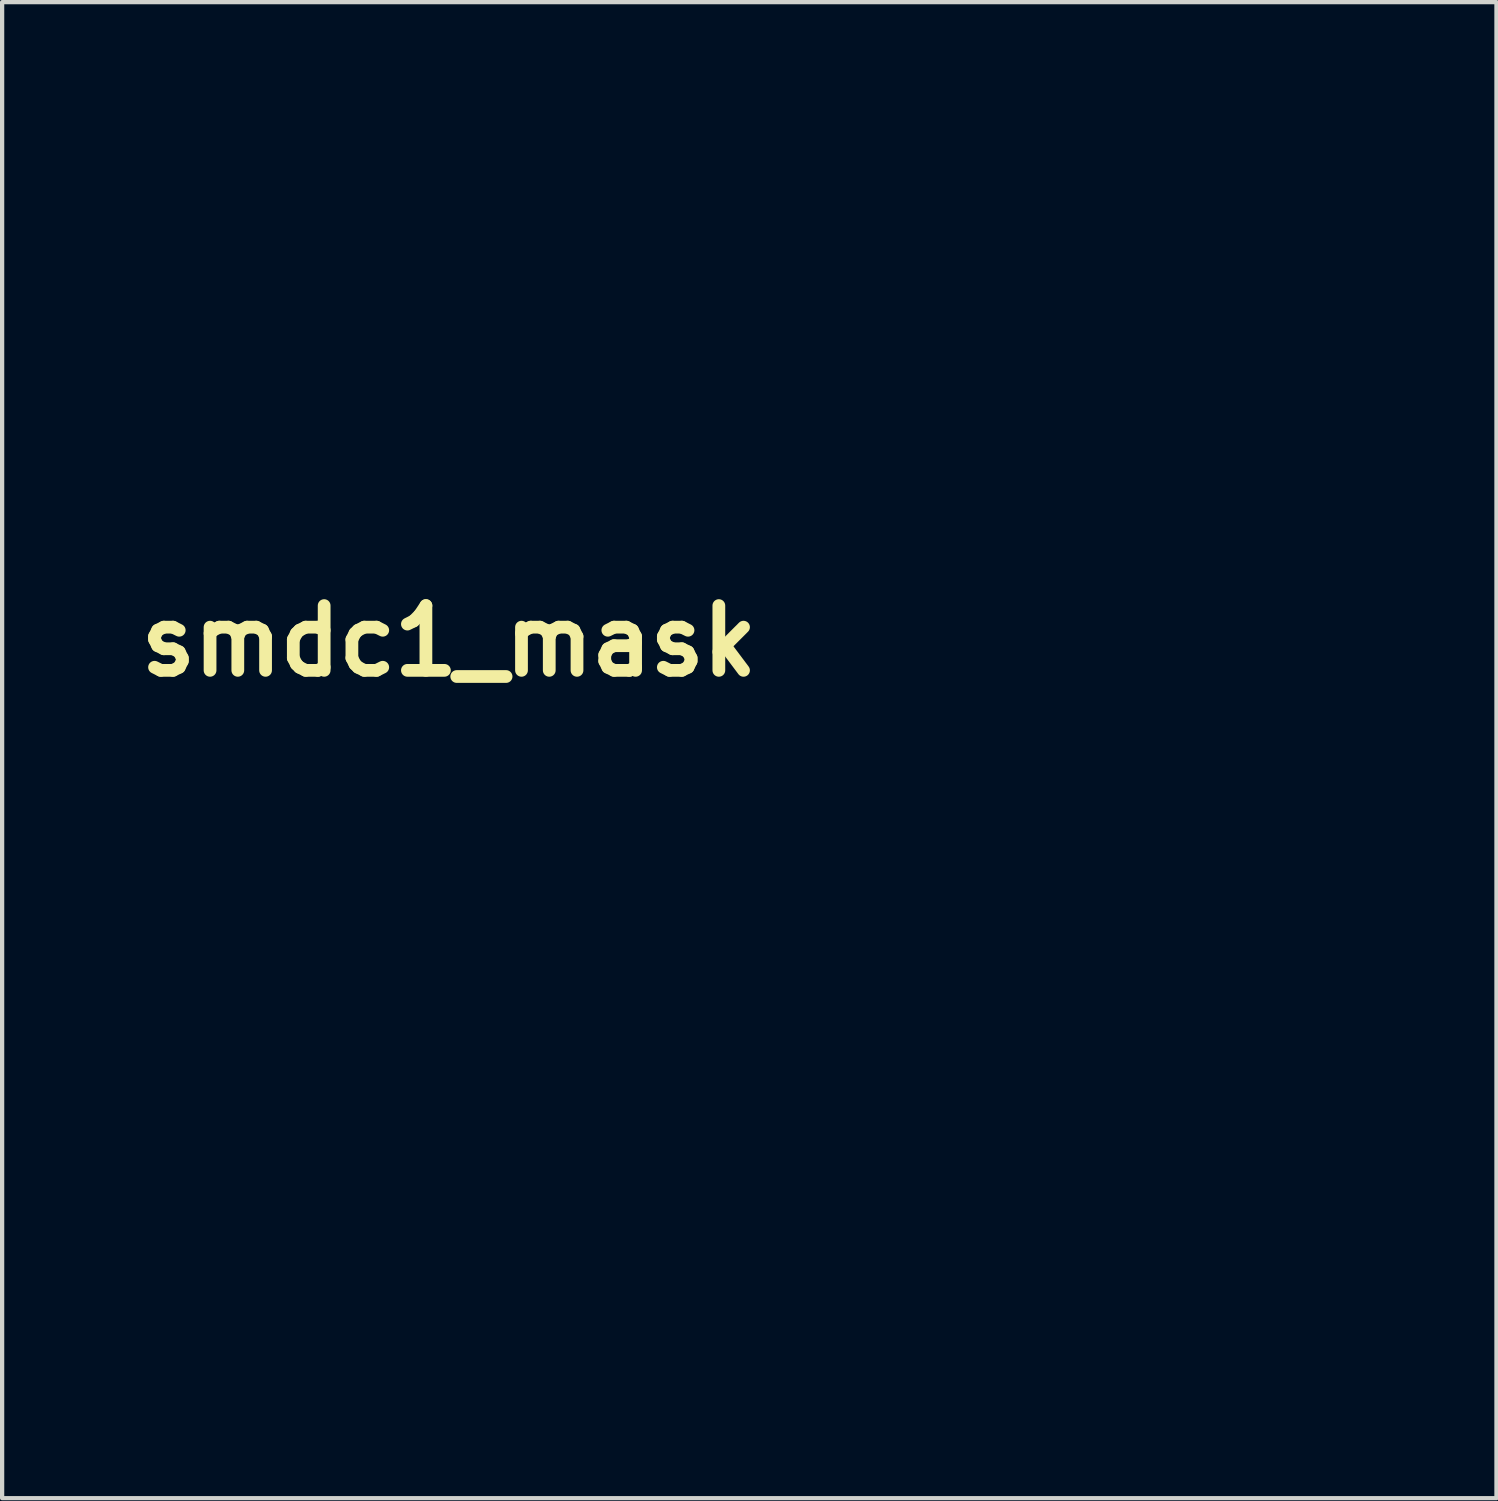
<source format=kicad_pcb>
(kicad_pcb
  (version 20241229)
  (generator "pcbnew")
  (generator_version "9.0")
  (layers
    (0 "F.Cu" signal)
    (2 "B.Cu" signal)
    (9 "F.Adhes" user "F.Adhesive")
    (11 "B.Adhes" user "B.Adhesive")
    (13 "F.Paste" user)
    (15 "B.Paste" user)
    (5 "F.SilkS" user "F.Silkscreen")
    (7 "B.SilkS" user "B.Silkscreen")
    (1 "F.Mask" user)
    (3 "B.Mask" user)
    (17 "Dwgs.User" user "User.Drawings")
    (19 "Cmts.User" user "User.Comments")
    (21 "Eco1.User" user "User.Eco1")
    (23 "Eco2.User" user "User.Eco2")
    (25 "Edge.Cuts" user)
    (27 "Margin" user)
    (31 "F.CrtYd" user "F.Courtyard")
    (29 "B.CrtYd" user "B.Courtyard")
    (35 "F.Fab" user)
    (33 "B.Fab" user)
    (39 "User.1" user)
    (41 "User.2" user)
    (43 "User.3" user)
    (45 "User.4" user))
  (footprint "smdc1_mask"
    (layer "F.Cu")
    (at 7.518 12.037)
    (property "Reference" "smdc1_mask" (at 0 0 0) (layer "F.SilkS") (effects (font (size 1.524 1.524) (thickness 0.3))))
    (attr through_hole)
    (fp_poly (pts (xy 20.727 1.549) (xy 20.828 1.565) (xy 20.993 1.617) (xy 21.148 1.696) (xy 21.288 1.798) (xy 21.409 1.921) (xy 21.506 2.061) (xy 21.537 2.118) (xy 21.602 2.287) (xy 21.638 2.459) (xy 21.645 2.631) (xy 21.625 2.799) (xy 21.579 2.961) (xy 21.507 3.113) (xy 21.411 3.252) (xy 21.292 3.375) (xy 21.151 3.478) (xy 21.072 3.521) (xy 20.903 3.59) (xy 20.735 3.628) (xy 20.563 3.635) (xy 20.401 3.616) (xy 20.229 3.569) (xy 20.072 3.496) (xy 19.933 3.4) (xy 19.812 3.283) (xy 19.712 3.148) (xy 19.634 2.999) (xy 19.581 2.838) (xy 19.554 2.667) (xy 19.555 2.49) (xy 19.575 2.36) (xy 19.625 2.197) (xy 19.703 2.044) (xy 19.806 1.905) (xy 19.932 1.783) (xy 20.078 1.68) (xy 20.241 1.601) (xy 20.277 1.587) (xy 20.372 1.563) (xy 20.486 1.549) (xy 20.608 1.544) (xy 20.727 1.549)) (stroke (width 0.01) (type solid)) (fill yes) (layer "F.Mask"))
    (fp_poly (pts (xy -4.831 1.547) (xy -4.688 1.568) (xy -4.552 1.61) (xy -4.446 1.657) (xy -4.308 1.743) (xy -4.183 1.855) (xy -4.074 1.987) (xy -3.987 2.135) (xy -3.924 2.294) (xy -3.917 2.321) (xy -3.895 2.442) (xy -3.888 2.578) (xy -3.895 2.717) (xy -3.916 2.846) (xy -3.931 2.901) (xy -4.002 3.069) (xy -4.097 3.22) (xy -4.215 3.352) (xy -4.352 3.462) (xy -4.507 3.547) (xy -4.657 3.601) (xy -4.733 3.616) (xy -4.826 3.626) (xy -4.924 3.632) (xy -5.018 3.632) (xy -5.094 3.627) (xy -5.106 3.625) (xy -5.278 3.578) (xy -5.438 3.506) (xy -5.583 3.409) (xy -5.709 3.292) (xy -5.813 3.157) (xy -5.863 3.068) (xy -5.914 2.952) (xy -5.949 2.85) (xy -5.968 2.748) (xy -5.975 2.636) (xy -5.973 2.544) (xy -5.955 2.367) (xy -5.914 2.21) (xy -5.848 2.067) (xy -5.754 1.934) (xy -5.673 1.845) (xy -5.539 1.729) (xy -5.397 1.643) (xy -5.243 1.584) (xy -5.074 1.552) (xy -4.989 1.545) (xy -4.831 1.547)) (stroke (width 0.01) (type solid)) (fill yes) (layer "F.Mask"))
    (fp_poly (pts (xy -2.749 7.504) (xy -2.725 7.555) (xy -2.709 7.595) (xy -2.705 7.615) (xy -2.72 7.624) (xy -2.761 7.645) (xy -2.825 7.678) (xy -2.911 7.721) (xy -3.016 7.773) (xy -3.137 7.832) (xy -3.272 7.898) (xy -3.418 7.969) (xy -3.574 8.045) (xy -3.735 8.123) (xy -3.901 8.204) (xy -4.068 8.284) (xy -4.234 8.365) (xy -4.397 8.443) (xy -4.554 8.518) (xy -4.702 8.589) (xy -4.84 8.655) (xy -4.964 8.714) (xy -5.073 8.766) (xy -5.163 8.808) (xy -5.233 8.84) (xy -5.279 8.861) (xy -5.3 8.869) (xy -5.3 8.869) (xy -5.317 8.856) (xy -5.34 8.821) (xy -5.364 8.772) (xy -5.385 8.72) (xy -5.395 8.68) (xy -5.394 8.662) (xy -5.378 8.653) (xy -5.336 8.632) (xy -5.271 8.6) (xy -5.185 8.558) (xy -5.079 8.506) (xy -4.958 8.447) (xy -4.823 8.381) (xy -4.678 8.311) (xy -4.523 8.236) (xy -4.363 8.158) (xy -4.199 8.078) (xy -4.034 7.998) (xy -3.87 7.919) (xy -3.71 7.842) (xy -3.557 7.769) (xy -3.413 7.699) (xy -3.281 7.635) (xy -3.162 7.578) (xy -3.06 7.53) (xy -2.977 7.49) (xy -2.916 7.461) (xy -2.881 7.445) (xy -2.798 7.408) (xy -2.749 7.504)) (stroke (width 0.01) (type solid)) (fill yes) (layer "F.Mask"))
    (fp_poly (pts (xy -1.977 8.929) (xy -1.95 8.961) (xy -1.917 9.006) (xy -1.917 9.007) (xy -1.854 9.097) (xy -1.894 9.13) (xy -1.913 9.144) (xy -1.955 9.176) (xy -2.02 9.223) (xy -2.104 9.284) (xy -2.206 9.358) (xy -2.323 9.443) (xy -2.454 9.538) (xy -2.597 9.642) (xy -2.749 9.752) (xy -2.909 9.867) (xy -2.969 9.91) (xy -3.13 10.027) (xy -3.283 10.138) (xy -3.426 10.243) (xy -3.558 10.339) (xy -3.676 10.427) (xy -3.779 10.503) (xy -3.864 10.568) (xy -3.93 10.618) (xy -3.975 10.654) (xy -3.997 10.673) (xy -3.998 10.675) (xy -3.988 10.692) (xy -3.961 10.732) (xy -3.92 10.79) (xy -3.868 10.863) (xy -3.808 10.947) (xy -3.742 11.038) (xy -3.677 11.13) (xy -3.619 11.213) (xy -3.57 11.285) (xy -3.534 11.341) (xy -3.512 11.379) (xy -3.507 11.395) (xy -3.507 11.395) (xy -3.533 11.416) (xy -3.573 11.446) (xy -3.615 11.477) (xy -3.65 11.503) (xy -3.666 11.513) (xy -3.681 11.504) (xy -3.712 11.469) (xy -3.76 11.41) (xy -3.823 11.328) (xy -3.901 11.225) (xy -3.992 11.101) (xy -4.014 11.07) (xy -4.09 10.964) (xy -4.159 10.866) (xy -4.219 10.779) (xy -4.268 10.706) (xy -4.304 10.65) (xy -4.325 10.615) (xy -4.329 10.602) (xy -4.312 10.589) (xy -4.272 10.559) (xy -4.211 10.514) (xy -4.13 10.455) (xy -4.034 10.385) (xy -3.923 10.304) (xy -3.799 10.215) (xy -3.666 10.119) (xy -3.526 10.017) (xy -3.379 9.912) (xy -3.23 9.804) (xy -3.079 9.695) (xy -2.93 9.588) (xy -2.784 9.483) (xy -2.644 9.382) (xy -2.511 9.287) (xy -2.389 9.199) (xy -2.279 9.12) (xy -2.184 9.052) (xy -2.105 8.996) (xy -2.045 8.954) (xy -2.007 8.927) (xy -1.992 8.917) (xy -1.991 8.917) (xy -1.977 8.929)) (stroke (width 0.01) (type solid)) (fill yes) (layer "F.Mask"))
    (fp_poly (pts (xy 17.962 -7.753) (xy 18.016 -7.73) (xy 18.093 -7.695) (xy 18.144 -7.671) (xy 18.247 -7.62) (xy 18.325 -7.574) (xy 18.383 -7.531) (xy 18.405 -7.511) (xy 18.441 -7.474) (xy 18.464 -7.446) (xy 18.469 -7.434) (xy 18.452 -7.419) (xy 18.414 -7.384) (xy 18.358 -7.331) (xy 18.286 -7.263) (xy 18.199 -7.181) (xy 18.101 -7.087) (xy 17.992 -6.984) (xy 17.875 -6.873) (xy 17.752 -6.755) (xy 17.625 -6.634) (xy 17.497 -6.512) (xy 17.368 -6.389) (xy 17.242 -6.268) (xy 17.12 -6.151) (xy 17.005 -6.04) (xy 16.897 -5.938) (xy 16.801 -5.845) (xy 16.717 -5.764) (xy 16.647 -5.696) (xy 16.594 -5.645) (xy 16.56 -5.611) (xy 16.547 -5.597) (xy 16.547 -5.597) (xy 16.557 -5.581) (xy 16.584 -5.55) (xy 16.61 -5.523) (xy 16.644 -5.488) (xy 16.666 -5.462) (xy 16.67 -5.452) (xy 16.657 -5.438) (xy 16.627 -5.408) (xy 16.586 -5.37) (xy 16.585 -5.368) (xy 16.503 -5.293) (xy 16.255 -5.554) (xy 16.183 -5.629) (xy 16.12 -5.697) (xy 16.068 -5.754) (xy 16.03 -5.797) (xy 16.009 -5.822) (xy 16.006 -5.827) (xy 16.017 -5.846) (xy 16.044 -5.878) (xy 16.08 -5.915) (xy 16.116 -5.948) (xy 16.145 -5.971) (xy 16.156 -5.976) (xy 16.174 -5.966) (xy 16.208 -5.938) (xy 16.252 -5.897) (xy 16.276 -5.874) (xy 16.38 -5.772) (xy 17.206 -6.558) (xy 17.343 -6.689) (xy 17.474 -6.813) (xy 17.597 -6.93) (xy 17.71 -7.038) (xy 17.811 -7.135) (xy 17.899 -7.218) (xy 17.971 -7.286) (xy 18.025 -7.338) (xy 18.059 -7.371) (xy 18.072 -7.383) (xy 18.111 -7.422) (xy 17.956 -7.494) (xy 17.893 -7.525) (xy 17.843 -7.552) (xy 17.811 -7.573) (xy 17.802 -7.582) (xy 17.809 -7.603) (xy 17.826 -7.644) (xy 17.846 -7.686) (xy 17.864 -7.723) (xy 17.88 -7.748) (xy 17.898 -7.762) (xy 17.924 -7.763) (xy 17.962 -7.753)) (stroke (width 0.01) (type solid)) (fill yes) (layer "F.Mask"))
    (fp_poly (pts (xy 5.067 13.915) (xy 5.197 13.946) (xy 5.32 14.004) (xy 5.397 14.059) (xy 5.488 14.153) (xy 5.554 14.266) (xy 5.595 14.396) (xy 5.609 14.539) (xy 5.608 14.586) (xy 5.603 14.648) (xy 5.598 14.696) (xy 5.593 14.724) (xy 5.592 14.727) (xy 5.573 14.728) (xy 5.533 14.722) (xy 5.479 14.71) (xy 5.478 14.709) (xy 5.373 14.683) (xy 5.382 14.601) (xy 5.381 14.496) (xy 5.351 14.394) (xy 5.305 14.312) (xy 5.232 14.232) (xy 5.143 14.175) (xy 5.043 14.144) (xy 4.939 14.139) (xy 4.835 14.162) (xy 4.792 14.181) (xy 4.694 14.248) (xy 4.623 14.33) (xy 4.577 14.43) (xy 4.557 14.549) (xy 4.555 14.591) (xy 4.559 14.668) (xy 4.57 14.741) (xy 4.592 14.812) (xy 4.626 14.888) (xy 4.675 14.972) (xy 4.74 15.068) (xy 4.824 15.18) (xy 4.875 15.247) (xy 4.997 15.41) (xy 5.094 15.556) (xy 5.166 15.684) (xy 5.213 15.796) (xy 5.215 15.802) (xy 5.239 15.904) (xy 5.253 16.02) (xy 5.254 16.14) (xy 5.245 16.254) (xy 5.224 16.351) (xy 5.215 16.376) (xy 5.147 16.511) (xy 5.059 16.623) (xy 4.953 16.709) (xy 4.829 16.77) (xy 4.69 16.804) (xy 4.645 16.808) (xy 4.567 16.809) (xy 4.492 16.802) (xy 4.459 16.796) (xy 4.322 16.745) (xy 4.203 16.671) (xy 4.106 16.574) (xy 4.032 16.457) (xy 3.984 16.324) (xy 3.975 16.281) (xy 3.966 16.209) (xy 3.966 16.134) (xy 3.972 16.067) (xy 3.984 16.017) (xy 3.99 16.006) (xy 4.003 15.996) (xy 4.031 15.994) (xy 4.079 16.001) (xy 4.103 16.005) (xy 4.204 16.024) (xy 4.204 16.154) (xy 4.21 16.254) (xy 4.23 16.333) (xy 4.267 16.401) (xy 4.321 16.463) (xy 4.407 16.528) (xy 4.505 16.567) (xy 4.609 16.579) (xy 4.713 16.564) (xy 4.812 16.523) (xy 4.893 16.462) (xy 4.954 16.39) (xy 4.995 16.304) (xy 5.022 16.2) (xy 5.032 16.101) (xy 5.023 16.001) (xy 4.995 15.897) (xy 4.946 15.786) (xy 4.875 15.663) (xy 4.78 15.527) (xy 4.73 15.46) (xy 4.652 15.358) (xy 4.591 15.277) (xy 4.543 15.211) (xy 4.505 15.157) (xy 4.475 15.109) (xy 4.449 15.063) (xy 4.424 15.015) (xy 4.422 15.011) (xy 4.363 14.864) (xy 4.331 14.712) (xy 4.324 14.561) (xy 4.344 14.414) (xy 4.391 14.279) (xy 4.403 14.254) (xy 4.479 14.139) (xy 4.575 14.047) (xy 4.686 13.977) (xy 4.808 13.932) (xy 4.936 13.911) (xy 5.067 13.915)) (stroke (width 0.01) (type solid)) (fill yes) (layer "F.Mask"))
    (fp_poly (pts (xy 3.109 -11.125) (xy 3.232 -11.078) (xy 3.345 -11.004) (xy 3.386 -10.967) (xy 3.425 -10.923) (xy 3.464 -10.87) (xy 3.5 -10.812) (xy 3.529 -10.758) (xy 3.547 -10.713) (xy 3.551 -10.685) (xy 3.548 -10.68) (xy 3.527 -10.669) (xy 3.487 -10.653) (xy 3.465 -10.645) (xy 3.416 -10.628) (xy 3.377 -10.614) (xy 3.367 -10.61) (xy 3.347 -10.611) (xy 3.327 -10.633) (xy 3.31 -10.668) (xy 3.257 -10.751) (xy 3.181 -10.823) (xy 3.09 -10.878) (xy 2.993 -10.912) (xy 2.922 -10.92) (xy 2.838 -10.906) (xy 2.75 -10.867) (xy 2.668 -10.809) (xy 2.599 -10.737) (xy 2.55 -10.657) (xy 2.548 -10.653) (xy 2.535 -10.622) (xy 2.526 -10.592) (xy 2.52 -10.561) (xy 2.519 -10.527) (xy 2.523 -10.486) (xy 2.532 -10.436) (xy 2.548 -10.374) (xy 2.571 -10.298) (xy 2.601 -10.205) (xy 2.64 -10.093) (xy 2.688 -9.958) (xy 2.745 -9.799) (xy 2.811 -9.616) (xy 2.867 -9.463) (xy 2.92 -9.318) (xy 2.97 -9.183) (xy 3.014 -9.063) (xy 3.053 -8.959) (xy 3.084 -8.875) (xy 3.107 -8.814) (xy 3.122 -8.779) (xy 3.125 -8.772) (xy 3.177 -8.701) (xy 3.253 -8.64) (xy 3.343 -8.594) (xy 3.439 -8.567) (xy 3.508 -8.563) (xy 3.579 -8.575) (xy 3.657 -8.602) (xy 3.728 -8.64) (xy 3.764 -8.667) (xy 3.831 -8.75) (xy 3.875 -8.85) (xy 3.896 -8.957) (xy 3.891 -9.066) (xy 3.871 -9.14) (xy 3.873 -9.157) (xy 3.896 -9.174) (xy 3.943 -9.194) (xy 3.961 -9.2) (xy 4.014 -9.218) (xy 4.054 -9.231) (xy 4.072 -9.235) (xy 4.085 -9.22) (xy 4.1 -9.182) (xy 4.113 -9.128) (xy 4.125 -9.067) (xy 4.131 -9.006) (xy 4.133 -8.973) (xy 4.118 -8.832) (xy 4.074 -8.702) (xy 4.006 -8.585) (xy 3.914 -8.486) (xy 3.802 -8.408) (xy 3.673 -8.354) (xy 3.561 -8.334) (xy 3.44 -8.332) (xy 3.323 -8.35) (xy 3.288 -8.359) (xy 3.227 -8.382) (xy 3.169 -8.408) (xy 3.143 -8.422) (xy 3.076 -8.474) (xy 3.007 -8.544) (xy 2.946 -8.622) (xy 2.902 -8.696) (xy 2.901 -8.699) (xy 2.888 -8.73) (xy 2.866 -8.788) (xy 2.835 -8.869) (xy 2.797 -8.97) (xy 2.753 -9.089) (xy 2.704 -9.222) (xy 2.652 -9.365) (xy 2.596 -9.516) (xy 2.58 -9.561) (xy 2.297 -10.34) (xy 2.297 -10.507) (xy 2.298 -10.586) (xy 2.302 -10.643) (xy 2.31 -10.688) (xy 2.324 -10.73) (xy 2.34 -10.765) (xy 2.412 -10.885) (xy 2.503 -10.983) (xy 2.61 -11.059) (xy 2.728 -11.112) (xy 2.854 -11.141) (xy 2.982 -11.146) (xy 3.109 -11.125)) (stroke (width 0.01) (type solid)) (fill yes) (layer "F.Mask"))
    (fp_poly (pts (xy 0.834 -10.106) (xy 0.947 -10.089) (xy 1.044 -10.059) (xy 1.057 -10.053) (xy 1.096 -10.034) (xy 1.132 -10.013) (xy 1.166 -9.989) (xy 1.199 -9.959) (xy 1.234 -9.921) (xy 1.272 -9.873) (xy 1.315 -9.813) (xy 1.363 -9.738) (xy 1.42 -9.646) (xy 1.485 -9.535) (xy 1.562 -9.403) (xy 1.651 -9.247) (xy 1.735 -9.1) (xy 1.816 -8.958) (xy 1.892 -8.823) (xy 1.962 -8.699) (xy 2.025 -8.588) (xy 2.079 -8.492) (xy 2.122 -8.415) (xy 2.154 -8.359) (xy 2.172 -8.326) (xy 2.175 -8.319) (xy 2.195 -8.262) (xy 2.209 -8.184) (xy 2.216 -8.099) (xy 2.215 -8.017) (xy 2.21 -7.978) (xy 2.191 -7.886) (xy 2.162 -7.804) (xy 2.12 -7.73) (xy 2.063 -7.66) (xy 1.987 -7.591) (xy 1.891 -7.519) (xy 1.769 -7.442) (xy 1.66 -7.379) (xy 1.573 -7.33) (xy 1.496 -7.287) (xy 1.431 -7.253) (xy 1.385 -7.228) (xy 1.36 -7.217) (xy 1.358 -7.217) (xy 1.348 -7.23) (xy 1.324 -7.269) (xy 1.286 -7.332) (xy 1.236 -7.417) (xy 1.174 -7.522) (xy 1.103 -7.644) (xy 1.023 -7.783) (xy 0.935 -7.935) (xy 0.841 -8.1) (xy 0.741 -8.274) (xy 0.637 -8.457) (xy 0.636 -8.458) (xy 0.532 -8.641) (xy 0.432 -8.816) (xy 0.338 -8.981) (xy 0.251 -9.135) (xy 0.172 -9.275) (xy 0.103 -9.399) (xy 0.043 -9.506) (xy -0.005 -9.593) (xy -0.031 -9.639) (xy 0.225 -9.639) (xy 1.437 -7.519) (xy 1.557 -7.585) (xy 1.628 -7.625) (xy 1.704 -7.669) (xy 1.768 -7.708) (xy 1.773 -7.711) (xy 1.862 -7.777) (xy 1.925 -7.848) (xy 1.966 -7.931) (xy 1.986 -8.008) (xy 1.992 -8.098) (xy 1.985 -8.155) (xy 1.974 -8.185) (xy 1.948 -8.24) (xy 1.909 -8.315) (xy 1.859 -8.408) (xy 1.801 -8.516) (xy 1.735 -8.635) (xy 1.664 -8.762) (xy 1.59 -8.894) (xy 1.514 -9.027) (xy 1.438 -9.16) (xy 1.364 -9.287) (xy 1.294 -9.407) (xy 1.229 -9.515) (xy 1.172 -9.609) (xy 1.124 -9.686) (xy 1.087 -9.742) (xy 1.063 -9.774) (xy 1.06 -9.777) (xy 0.98 -9.835) (xy 0.884 -9.872) (xy 0.781 -9.887) (xy 0.68 -9.877) (xy 0.651 -9.868) (xy 0.617 -9.853) (xy 0.563 -9.826) (xy 0.496 -9.791) (xy 0.422 -9.75) (xy 0.412 -9.744) (xy 0.225 -9.639) (xy -0.031 -9.639) (xy -0.041 -9.658) (xy -0.064 -9.699) (xy -0.072 -9.715) (xy -0.072 -9.715) (xy -0.058 -9.73) (xy -0.021 -9.756) (xy 0.035 -9.792) (xy 0.106 -9.834) (xy 0.186 -9.88) (xy 0.271 -9.927) (xy 0.356 -9.973) (xy 0.437 -10.015) (xy 0.509 -10.051) (xy 0.568 -10.078) (xy 0.607 -10.093) (xy 0.614 -10.095) (xy 0.719 -10.108) (xy 0.834 -10.106)) (stroke (width 0.01) (type solid)) (fill yes) (layer "F.Mask"))
    (fp_poly (pts (xy 1.35 12.292) (xy 1.387 12.315) (xy 1.41 12.327) (xy 1.415 12.327) (xy 1.424 12.33) (xy 1.443 12.346) (xy 1.479 12.377) (xy 1.509 12.399) (xy 1.546 12.424) (xy 1.068 13.719) (xy 0.996 13.915) (xy 0.926 14.105) (xy 0.859 14.285) (xy 0.797 14.453) (xy 0.74 14.607) (xy 0.689 14.745) (xy 0.645 14.864) (xy 0.609 14.963) (xy 0.581 15.038) (xy 0.563 15.087) (xy 0.556 15.105) (xy 0.537 15.153) (xy 0.52 15.185) (xy 0.511 15.195) (xy 0.493 15.187) (xy 0.457 15.166) (xy 0.416 15.14) (xy 0.37 15.111) (xy 0.337 15.089) (xy 0.323 15.079) (xy 0.326 15.063) (xy 0.339 15.02) (xy 0.361 14.956) (xy 0.39 14.874) (xy 0.424 14.777) (xy 0.463 14.669) (xy 0.468 14.655) (xy 0.508 14.546) (xy 0.543 14.448) (xy 0.573 14.364) (xy 0.596 14.298) (xy 0.611 14.254) (xy 0.617 14.235) (xy 0.617 14.234) (xy 0.592 14.217) (xy 0.547 14.187) (xy 0.486 14.149) (xy 0.415 14.103) (xy 0.338 14.055) (xy 0.26 14.006) (xy 0.185 13.96) (xy 0.119 13.919) (xy 0.066 13.887) (xy 0.03 13.867) (xy 0.018 13.86) (xy 0.003 13.871) (xy -0.032 13.901) (xy -0.083 13.948) (xy -0.147 14.008) (xy -0.222 14.08) (xy -0.304 14.159) (xy -0.307 14.162) (xy -0.389 14.242) (xy -0.463 14.313) (xy -0.527 14.374) (xy -0.577 14.422) (xy -0.612 14.453) (xy -0.626 14.464) (xy -0.626 14.464) (xy -0.645 14.456) (xy -0.68 14.435) (xy -0.722 14.407) (xy -0.764 14.378) (xy -0.796 14.354) (xy -0.81 14.34) (xy -0.811 14.339) (xy -0.805 14.331) (xy -0.787 14.312) (xy -0.756 14.28) (xy -0.711 14.234) (xy -0.652 14.175) (xy -0.578 14.1) (xy -0.488 14.01) (xy -0.381 13.903) (xy -0.257 13.779) (xy -0.157 13.68) (xy 0.188 13.68) (xy 0.432 13.84) (xy 0.51 13.892) (xy 0.58 13.936) (xy 0.637 13.971) (xy 0.676 13.994) (xy 0.692 14.002) (xy 0.701 13.988) (xy 0.72 13.947) (xy 0.747 13.882) (xy 0.781 13.796) (xy 0.821 13.693) (xy 0.866 13.574) (xy 0.915 13.444) (xy 0.95 13.349) (xy 1.001 13.212) (xy 1.047 13.085) (xy 1.089 12.97) (xy 1.124 12.871) (xy 1.153 12.791) (xy 1.174 12.732) (xy 1.185 12.697) (xy 1.187 12.69) (xy 1.175 12.7) (xy 1.143 12.73) (xy 1.094 12.778) (xy 1.028 12.842) (xy 0.95 12.92) (xy 0.86 13.009) (xy 0.761 13.107) (xy 0.686 13.183) (xy 0.188 13.68) (xy -0.157 13.68) (xy -0.114 13.637) (xy 0.048 13.477) (xy 0.229 13.297) (xy 0.431 13.096) (xy 0.655 12.875) (xy 0.822 12.709) (xy 1.285 12.249) (xy 1.35 12.292)) (stroke (width 0.01) (type solid)) (fill yes) (layer "F.Mask"))
    (fp_poly (pts (xy -2.076 -7.753) (xy -2.031 -7.741) (xy -1.975 -7.719) (xy -1.914 -7.689) (xy -1.854 -7.654) (xy -1.801 -7.618) (xy -1.764 -7.586) (xy -1.749 -7.563) (xy -1.748 -7.562) (xy -1.759 -7.542) (xy -1.786 -7.507) (xy -1.823 -7.468) (xy -1.897 -7.393) (xy -1.957 -7.44) (xy -2.053 -7.498) (xy -2.154 -7.528) (xy -2.256 -7.532) (xy -2.355 -7.511) (xy -2.445 -7.467) (xy -2.523 -7.403) (xy -2.584 -7.32) (xy -2.623 -7.22) (xy -2.634 -7.152) (xy -2.63 -7.041) (xy -2.597 -6.939) (xy -2.538 -6.848) (xy -2.457 -6.771) (xy -2.355 -6.711) (xy -2.235 -6.668) (xy -2.101 -6.647) (xy -2.035 -6.644) (xy -1.976 -6.646) (xy -1.897 -6.652) (xy -1.809 -6.661) (xy -1.732 -6.67) (xy -1.609 -6.683) (xy -1.481 -6.692) (xy -1.356 -6.697) (xy -1.239 -6.697) (xy -1.137 -6.692) (xy -1.057 -6.683) (xy -1.033 -6.678) (xy -0.889 -6.629) (xy -0.756 -6.558) (xy -0.638 -6.469) (xy -0.542 -6.364) (xy -0.473 -6.252) (xy -0.449 -6.2) (xy -0.434 -6.158) (xy -0.426 -6.114) (xy -0.422 -6.059) (xy -0.421 -5.984) (xy -0.421 -5.976) (xy -0.422 -5.899) (xy -0.425 -5.844) (xy -0.433 -5.801) (xy -0.447 -5.759) (xy -0.47 -5.709) (xy -0.481 -5.688) (xy -0.552 -5.571) (xy -0.639 -5.479) (xy -0.75 -5.405) (xy -0.792 -5.384) (xy -0.855 -5.357) (xy -0.911 -5.341) (xy -0.974 -5.333) (xy -1.033 -5.33) (xy -1.104 -5.33) (xy -1.171 -5.333) (xy -1.221 -5.34) (xy -1.228 -5.341) (xy -1.283 -5.36) (xy -1.346 -5.389) (xy -1.409 -5.424) (xy -1.467 -5.461) (xy -1.512 -5.496) (xy -1.538 -5.525) (xy -1.542 -5.536) (xy -1.531 -5.556) (xy -1.504 -5.59) (xy -1.468 -5.629) (xy -1.393 -5.705) (xy -1.334 -5.658) (xy -1.243 -5.599) (xy -1.148 -5.568) (xy -1.065 -5.561) (xy -0.953 -5.575) (xy -0.852 -5.617) (xy -0.766 -5.683) (xy -0.7 -5.77) (xy -0.683 -5.805) (xy -0.651 -5.917) (xy -0.649 -6.027) (xy -0.678 -6.132) (xy -0.735 -6.23) (xy -0.82 -6.316) (xy -0.824 -6.319) (xy -0.899 -6.371) (xy -0.978 -6.411) (xy -1.064 -6.44) (xy -1.163 -6.457) (xy -1.277 -6.464) (xy -1.412 -6.461) (xy -1.571 -6.448) (xy -1.669 -6.438) (xy -1.823 -6.422) (xy -1.952 -6.413) (xy -2.061 -6.411) (xy -2.157 -6.417) (xy -2.244 -6.43) (xy -2.33 -6.451) (xy -2.364 -6.461) (xy -2.501 -6.52) (xy -2.62 -6.6) (xy -2.719 -6.698) (xy -2.795 -6.811) (xy -2.846 -6.935) (xy -2.87 -7.067) (xy -2.865 -7.204) (xy -2.865 -7.206) (xy -2.828 -7.345) (xy -2.768 -7.468) (xy -2.686 -7.573) (xy -2.586 -7.658) (xy -2.472 -7.721) (xy -2.346 -7.759) (xy -2.213 -7.771) (xy -2.076 -7.753)) (stroke (width 0.01) (type solid)) (fill yes) (layer "F.Mask"))
    (fp_poly (pts (xy 14.656 -10.347) (xy 14.703 -10.324) (xy 14.77 -10.288) (xy 14.859 -10.238) (xy 14.971 -10.174) (xy 15.108 -10.093) (xy 15.124 -10.084) (xy 15.238 -10.017) (xy 15.343 -9.955) (xy 15.436 -9.9) (xy 15.515 -9.854) (xy 15.576 -9.818) (xy 15.615 -9.796) (xy 15.63 -9.787) (xy 15.628 -9.773) (xy 15.614 -9.74) (xy 15.592 -9.697) (xy 15.568 -9.651) (xy 15.545 -9.612) (xy 15.528 -9.588) (xy 15.522 -9.585) (xy 15.508 -9.592) (xy 15.47 -9.614) (xy 15.411 -9.648) (xy 15.335 -9.693) (xy 15.245 -9.745) (xy 15.145 -9.804) (xy 15.114 -9.822) (xy 15.012 -9.882) (xy 14.918 -9.935) (xy 14.837 -9.981) (xy 14.771 -10.016) (xy 14.724 -10.039) (xy 14.701 -10.048) (xy 14.699 -10.048) (xy 14.688 -10.031) (xy 14.663 -9.991) (xy 14.626 -9.93) (xy 14.58 -9.853) (xy 14.526 -9.762) (xy 14.466 -9.661) (xy 14.449 -9.632) (xy 14.212 -9.229) (xy 14.53 -9.043) (xy 14.622 -8.989) (xy 14.704 -8.94) (xy 14.774 -8.898) (xy 14.826 -8.866) (xy 14.858 -8.846) (xy 14.865 -8.841) (xy 14.866 -8.82) (xy 14.854 -8.782) (xy 14.834 -8.736) (xy 14.809 -8.693) (xy 14.785 -8.662) (xy 14.772 -8.652) (xy 14.753 -8.657) (xy 14.712 -8.677) (xy 14.651 -8.709) (xy 14.574 -8.751) (xy 14.487 -8.801) (xy 14.423 -8.839) (xy 14.331 -8.892) (xy 14.248 -8.939) (xy 14.179 -8.977) (xy 14.126 -9.004) (xy 14.095 -9.018) (xy 14.087 -9.019) (xy 14.078 -9.002) (xy 14.055 -8.962) (xy 14.019 -8.899) (xy 13.972 -8.819) (xy 13.917 -8.724) (xy 13.854 -8.617) (xy 13.786 -8.501) (xy 13.774 -8.481) (xy 13.466 -7.958) (xy 13.874 -7.719) (xy 13.977 -7.659) (xy 14.07 -7.604) (xy 14.151 -7.557) (xy 14.216 -7.519) (xy 14.262 -7.492) (xy 14.284 -7.479) (xy 14.286 -7.478) (xy 14.282 -7.464) (xy 14.264 -7.431) (xy 14.239 -7.389) (xy 14.212 -7.345) (xy 14.187 -7.307) (xy 14.169 -7.285) (xy 14.164 -7.281) (xy 14.149 -7.289) (xy 14.109 -7.312) (xy 14.048 -7.347) (xy 13.97 -7.393) (xy 13.876 -7.448) (xy 13.771 -7.51) (xy 13.662 -7.574) (xy 13.521 -7.658) (xy 13.402 -7.73) (xy 13.307 -7.79) (xy 13.236 -7.837) (xy 13.191 -7.869) (xy 13.171 -7.888) (xy 13.171 -7.89) (xy 13.179 -7.906) (xy 13.202 -7.948) (xy 13.238 -8.012) (xy 13.286 -8.096) (xy 13.345 -8.198) (xy 13.413 -8.316) (xy 13.489 -8.447) (xy 13.571 -8.588) (xy 13.658 -8.737) (xy 13.748 -8.893) (xy 13.841 -9.052) (xy 13.934 -9.212) (xy 14.027 -9.37) (xy 14.118 -9.525) (xy 14.206 -9.674) (xy 14.288 -9.814) (xy 14.365 -9.944) (xy 14.433 -10.06) (xy 14.493 -10.16) (xy 14.542 -10.243) (xy 14.58 -10.305) (xy 14.604 -10.344) (xy 14.614 -10.357) (xy 14.627 -10.358) (xy 14.656 -10.347)) (stroke (width 0.01) (type solid)) (fill yes) (layer "F.Mask"))
    (fp_poly (pts (xy 17.11 11.867) (xy 17.251 12.025) (xy 17.386 12.176) (xy 17.513 12.319) (xy 17.631 12.452) (xy 17.738 12.573) (xy 17.833 12.681) (xy 17.914 12.773) (xy 17.98 12.85) (xy 18.03 12.907) (xy 18.061 12.945) (xy 18.072 12.96) (xy 18.072 12.96) (xy 18.061 12.979) (xy 18.032 13.011) (xy 17.994 13.046) (xy 17.916 13.113) (xy 17.198 12.311) (xy 17.077 12.175) (xy 16.962 12.047) (xy 16.855 11.927) (xy 16.758 11.819) (xy 16.672 11.724) (xy 16.599 11.644) (xy 16.541 11.58) (xy 16.501 11.535) (xy 16.478 11.512) (xy 16.474 11.508) (xy 16.476 11.521) (xy 16.487 11.555) (xy 16.498 11.583) (xy 16.509 11.613) (xy 16.531 11.668) (xy 16.563 11.747) (xy 16.602 11.847) (xy 16.648 11.963) (xy 16.7 12.093) (xy 16.756 12.234) (xy 16.815 12.383) (xy 16.832 12.426) (xy 16.891 12.574) (xy 16.946 12.713) (xy 16.995 12.841) (xy 17.039 12.954) (xy 17.075 13.05) (xy 17.104 13.125) (xy 17.123 13.178) (xy 17.132 13.205) (xy 17.132 13.208) (xy 17.122 13.206) (xy 17.092 13.194) (xy 17.043 13.171) (xy 16.974 13.136) (xy 16.882 13.09) (xy 16.769 13.031) (xy 16.632 12.96) (xy 16.471 12.875) (xy 16.286 12.777) (xy 16.075 12.665) (xy 15.837 12.539) (xy 15.644 12.436) (xy 15.481 12.349) (xy 16.2 13.153) (xy 16.322 13.289) (xy 16.438 13.419) (xy 16.545 13.54) (xy 16.642 13.65) (xy 16.728 13.748) (xy 16.801 13.831) (xy 16.858 13.897) (xy 16.899 13.945) (xy 16.921 13.973) (xy 16.925 13.978) (xy 16.916 13.997) (xy 16.89 14.027) (xy 16.855 14.064) (xy 16.817 14.098) (xy 16.786 14.122) (xy 16.769 14.13) (xy 16.758 14.118) (xy 16.726 14.084) (xy 16.677 14.03) (xy 16.611 13.958) (xy 16.53 13.868) (xy 16.436 13.763) (xy 16.33 13.645) (xy 16.213 13.514) (xy 16.087 13.374) (xy 15.954 13.225) (xy 15.831 13.088) (xy 15.692 12.932) (xy 15.558 12.782) (xy 15.431 12.64) (xy 15.313 12.508) (xy 15.206 12.387) (xy 15.11 12.279) (xy 15.028 12.186) (xy 14.96 12.111) (xy 14.91 12.053) (xy 14.877 12.016) (xy 14.866 12.003) (xy 14.83 11.958) (xy 14.91 11.89) (xy 14.99 11.823) (xy 15.828 12.264) (xy 15.979 12.343) (xy 16.122 12.418) (xy 16.254 12.488) (xy 16.372 12.55) (xy 16.475 12.604) (xy 16.559 12.649) (xy 16.623 12.682) (xy 16.663 12.704) (xy 16.678 12.711) (xy 16.679 12.702) (xy 16.671 12.671) (xy 16.66 12.641) (xy 16.648 12.612) (xy 16.626 12.557) (xy 16.595 12.478) (xy 16.556 12.378) (xy 16.51 12.26) (xy 16.458 12.129) (xy 16.401 11.985) (xy 16.341 11.834) (xy 16.308 11.749) (xy 16.204 11.484) (xy 16.451 11.484) (xy 16.459 11.492) (xy 16.467 11.484) (xy 16.459 11.476) (xy 16.451 11.484) (xy 16.204 11.484) (xy 15.987 10.934) (xy 16.024 10.893) (xy 16.065 10.854) (xy 16.105 10.822) (xy 16.148 10.792) (xy 17.11 11.867)) (stroke (width 0.01) (type solid)) (fill yes) (layer "F.Mask"))
    (fp_poly (pts (xy 2.103 12.769) (xy 2.147 12.788) (xy 2.244 12.834) (xy 2.235 12.898) (xy 2.23 12.934) (xy 2.223 12.996) (xy 2.214 13.082) (xy 2.202 13.188) (xy 2.189 13.312) (xy 2.175 13.449) (xy 2.159 13.597) (xy 2.143 13.754) (xy 2.126 13.915) (xy 2.109 14.078) (xy 2.093 14.239) (xy 2.077 14.396) (xy 2.062 14.546) (xy 2.048 14.685) (xy 2.035 14.809) (xy 2.025 14.917) (xy 2.016 15.006) (xy 2.01 15.07) (xy 2.007 15.109) (xy 2.006 15.119) (xy 2.014 15.108) (xy 2.034 15.07) (xy 2.066 15.008) (xy 2.108 14.924) (xy 2.16 14.821) (xy 2.219 14.7) (xy 2.286 14.565) (xy 2.358 14.417) (xy 2.436 14.259) (xy 2.48 14.169) (xy 2.559 14.006) (xy 2.635 13.851) (xy 2.706 13.707) (xy 2.77 13.576) (xy 2.827 13.461) (xy 2.875 13.364) (xy 2.914 13.287) (xy 2.941 13.233) (xy 2.957 13.203) (xy 2.96 13.199) (xy 2.979 13.201) (xy 3.018 13.215) (xy 3.07 13.237) (xy 3.074 13.239) (xy 3.178 13.286) (xy 3.068 13.513) (xy 2.937 13.785) (xy 2.81 14.046) (xy 2.689 14.296) (xy 2.573 14.532) (xy 2.464 14.754) (xy 2.363 14.96) (xy 2.269 15.15) (xy 2.185 15.321) (xy 2.109 15.472) (xy 2.044 15.602) (xy 1.989 15.709) (xy 1.945 15.793) (xy 1.914 15.852) (xy 1.895 15.884) (xy 1.89 15.89) (xy 1.864 15.885) (xy 1.822 15.869) (xy 1.788 15.853) (xy 1.744 15.83) (xy 1.713 15.813) (xy 1.704 15.808) (xy 1.705 15.791) (xy 1.709 15.746) (xy 1.716 15.675) (xy 1.725 15.579) (xy 1.737 15.461) (xy 1.751 15.325) (xy 1.767 15.171) (xy 1.784 15.004) (xy 1.802 14.825) (xy 1.82 14.663) (xy 1.839 14.476) (xy 1.858 14.298) (xy 1.875 14.132) (xy 1.89 13.981) (xy 1.904 13.847) (xy 1.915 13.732) (xy 1.924 13.639) (xy 1.93 13.57) (xy 1.934 13.529) (xy 1.934 13.516) (xy 1.926 13.529) (xy 1.906 13.568) (xy 1.874 13.632) (xy 1.832 13.717) (xy 1.78 13.821) (xy 1.72 13.942) (xy 1.654 14.078) (xy 1.581 14.226) (xy 1.504 14.384) (xy 1.463 14.468) (xy 1.384 14.631) (xy 1.308 14.786) (xy 1.238 14.93) (xy 1.174 15.061) (xy 1.117 15.176) (xy 1.069 15.273) (xy 1.031 15.351) (xy 1.003 15.405) (xy 0.988 15.434) (xy 0.985 15.439) (xy 0.966 15.439) (xy 0.927 15.428) (xy 0.875 15.407) (xy 0.868 15.404) (xy 0.763 15.356) (xy 0.833 15.208) (xy 0.861 15.149) (xy 0.9 15.067) (xy 0.949 14.967) (xy 1.005 14.849) (xy 1.069 14.718) (xy 1.139 14.575) (xy 1.213 14.423) (xy 1.29 14.265) (xy 1.37 14.102) (xy 1.45 13.938) (xy 1.53 13.775) (xy 1.609 13.616) (xy 1.684 13.463) (xy 1.755 13.318) (xy 1.821 13.184) (xy 1.88 13.064) (xy 1.932 12.96) (xy 1.975 12.875) (xy 2.007 12.811) (xy 2.027 12.771) (xy 2.035 12.757) (xy 2.058 12.755) (xy 2.103 12.769)) (stroke (width 0.01) (type solid)) (fill yes) (layer "F.Mask"))
    (fp_poly (pts (xy 13.535 12.927) (xy 13.66 12.966) (xy 13.774 13.027) (xy 13.871 13.107) (xy 13.914 13.158) (xy 13.931 13.186) (xy 13.962 13.24) (xy 14.004 13.315) (xy 14.056 13.411) (xy 14.116 13.523) (xy 14.184 13.649) (xy 14.256 13.786) (xy 14.333 13.93) (xy 14.374 14.009) (xy 14.463 14.18) (xy 14.539 14.326) (xy 14.602 14.449) (xy 14.654 14.551) (xy 14.696 14.635) (xy 14.728 14.703) (xy 14.753 14.758) (xy 14.771 14.802) (xy 14.784 14.838) (xy 14.793 14.868) (xy 14.798 14.895) (xy 14.799 14.896) (xy 14.807 15.036) (xy 14.788 15.168) (xy 14.743 15.29) (xy 14.676 15.399) (xy 14.59 15.492) (xy 14.487 15.567) (xy 14.37 15.62) (xy 14.244 15.65) (xy 14.109 15.653) (xy 13.991 15.632) (xy 13.864 15.584) (xy 13.754 15.516) (xy 13.665 15.431) (xy 13.641 15.399) (xy 13.626 15.374) (xy 13.598 15.324) (xy 13.559 15.252) (xy 13.51 15.161) (xy 13.454 15.056) (xy 13.391 14.939) (xy 13.324 14.813) (xy 13.255 14.681) (xy 13.184 14.548) (xy 13.115 14.416) (xy 13.047 14.288) (xy 12.985 14.167) (xy 12.928 14.058) (xy 12.879 13.963) (xy 12.84 13.885) (xy 12.838 13.882) (xy 12.784 13.744) (xy 12.76 13.607) (xy 12.762 13.521) (xy 13.004 13.521) (xy 13.005 13.589) (xy 13.007 13.613) (xy 13.01 13.636) (xy 13.017 13.662) (xy 13.026 13.692) (xy 13.041 13.73) (xy 13.062 13.777) (xy 13.091 13.837) (xy 13.128 13.912) (xy 13.175 14.004) (xy 13.233 14.116) (xy 13.303 14.25) (xy 13.387 14.41) (xy 13.407 14.448) (xy 13.483 14.593) (xy 13.555 14.731) (xy 13.623 14.859) (xy 13.684 14.974) (xy 13.738 15.073) (xy 13.782 15.153) (xy 13.815 15.213) (xy 13.835 15.248) (xy 13.84 15.255) (xy 13.887 15.303) (xy 13.952 15.349) (xy 14.024 15.387) (xy 14.072 15.404) (xy 14.159 15.412) (xy 14.254 15.399) (xy 14.344 15.366) (xy 14.354 15.361) (xy 14.445 15.295) (xy 14.51 15.213) (xy 14.547 15.115) (xy 14.557 15) (xy 14.557 14.982) (xy 14.555 14.957) (xy 14.552 14.933) (xy 14.547 14.908) (xy 14.539 14.88) (xy 14.526 14.846) (xy 14.507 14.802) (xy 14.481 14.748) (xy 14.448 14.679) (xy 14.404 14.594) (xy 14.35 14.49) (xy 14.285 14.364) (xy 14.206 14.215) (xy 14.156 14.119) (xy 14.08 13.974) (xy 14.007 13.836) (xy 13.938 13.708) (xy 13.876 13.592) (xy 13.822 13.492) (xy 13.777 13.41) (xy 13.743 13.35) (xy 13.722 13.313) (xy 13.717 13.306) (xy 13.652 13.242) (xy 13.567 13.194) (xy 13.471 13.165) (xy 13.372 13.157) (xy 13.279 13.172) (xy 13.254 13.181) (xy 13.172 13.23) (xy 13.099 13.301) (xy 13.043 13.383) (xy 13.034 13.402) (xy 13.013 13.462) (xy 13.004 13.521) (xy 12.762 13.521) (xy 12.763 13.472) (xy 12.792 13.344) (xy 12.846 13.227) (xy 12.922 13.122) (xy 13.02 13.035) (xy 13.137 12.967) (xy 13.273 12.924) (xy 13.279 12.922) (xy 13.406 12.911) (xy 13.535 12.927)) (stroke (width 0.01) (type solid)) (fill yes) (layer "F.Mask"))
    (fp_poly (pts (xy 14.668 12.233) (xy 14.796 12.26) (xy 14.915 12.311) (xy 15.021 12.385) (xy 15.04 12.403) (xy 15.076 12.444) (xy 15.124 12.505) (xy 15.181 12.583) (xy 15.243 12.672) (xy 15.307 12.766) (xy 15.369 12.86) (xy 15.426 12.95) (xy 15.475 13.031) (xy 15.511 13.096) (xy 15.532 13.141) (xy 15.533 13.142) (xy 15.549 13.197) (xy 15.558 13.251) (xy 15.559 13.317) (xy 15.557 13.376) (xy 15.544 13.495) (xy 15.516 13.598) (xy 15.469 13.691) (xy 15.4 13.777) (xy 15.307 13.862) (xy 15.187 13.95) (xy 15.187 13.95) (xy 15.121 13.996) (xy 15.065 14.035) (xy 15.025 14.066) (xy 15.006 14.084) (xy 15.005 14.086) (xy 15.013 14.102) (xy 15.037 14.14) (xy 15.075 14.197) (xy 15.123 14.269) (xy 15.179 14.354) (xy 15.241 14.446) (xy 15.306 14.543) (xy 15.373 14.642) (xy 15.438 14.737) (xy 15.5 14.827) (xy 15.548 14.897) (xy 15.578 14.939) (xy 15.483 15.004) (xy 15.436 15.035) (xy 15.401 15.058) (xy 15.384 15.068) (xy 15.383 15.068) (xy 15.374 15.055) (xy 15.348 15.018) (xy 15.306 14.958) (xy 15.251 14.878) (xy 15.183 14.778) (xy 15.103 14.661) (xy 15.013 14.53) (xy 14.914 14.385) (xy 14.807 14.228) (xy 14.694 14.062) (xy 14.576 13.888) (xy 14.571 13.88) (xy 14.452 13.706) (xy 14.339 13.538) (xy 14.232 13.38) (xy 14.133 13.234) (xy 14.042 13.1) (xy 13.962 12.981) (xy 13.894 12.879) (xy 13.838 12.796) (xy 13.804 12.744) (xy 14.09 12.744) (xy 14.102 12.763) (xy 14.128 12.804) (xy 14.168 12.865) (xy 14.219 12.941) (xy 14.278 13.029) (xy 14.344 13.126) (xy 14.414 13.23) (xy 14.486 13.335) (xy 14.558 13.44) (xy 14.628 13.541) (xy 14.692 13.634) (xy 14.75 13.717) (xy 14.798 13.786) (xy 14.835 13.837) (xy 14.858 13.868) (xy 14.865 13.876) (xy 14.882 13.868) (xy 14.92 13.844) (xy 14.973 13.809) (xy 15.037 13.766) (xy 15.053 13.756) (xy 15.13 13.701) (xy 15.187 13.657) (xy 15.227 13.619) (xy 15.256 13.583) (xy 15.275 13.554) (xy 15.318 13.451) (xy 15.333 13.346) (xy 15.32 13.244) (xy 15.318 13.24) (xy 15.301 13.2) (xy 15.268 13.141) (xy 15.222 13.067) (xy 15.169 12.984) (xy 15.11 12.895) (xy 15.049 12.807) (xy 14.989 12.724) (xy 14.934 12.651) (xy 14.887 12.593) (xy 14.852 12.554) (xy 14.839 12.543) (xy 14.736 12.49) (xy 14.63 12.465) (xy 14.525 12.468) (xy 14.479 12.479) (xy 14.441 12.496) (xy 14.389 12.525) (xy 14.328 12.562) (xy 14.264 12.603) (xy 14.203 12.646) (xy 14.15 12.685) (xy 14.111 12.717) (xy 14.092 12.739) (xy 14.09 12.744) (xy 13.804 12.744) (xy 13.796 12.733) (xy 13.77 12.693) (xy 13.76 12.677) (xy 13.76 12.677) (xy 13.772 12.663) (xy 13.805 12.636) (xy 13.856 12.598) (xy 13.92 12.552) (xy 13.993 12.501) (xy 14.069 12.449) (xy 14.144 12.398) (xy 14.215 12.352) (xy 14.275 12.315) (xy 14.296 12.302) (xy 14.412 12.253) (xy 14.538 12.23) (xy 14.668 12.233)) (stroke (width 0.01) (type solid)) (fill yes) (layer "F.Mask"))
    (fp_poly (pts (xy -1.36 9.809) (xy -1.324 9.848) (xy -1.275 9.902) (xy -1.214 9.971) (xy -1.146 10.049) (xy -1.071 10.133) (xy -0.994 10.222) (xy -0.918 10.31) (xy -0.844 10.395) (xy -0.776 10.474) (xy -0.717 10.543) (xy -0.67 10.599) (xy -0.637 10.639) (xy -0.622 10.659) (xy -0.621 10.661) (xy -0.633 10.677) (xy -0.663 10.707) (xy -0.703 10.742) (xy -0.748 10.779) (xy -0.776 10.796) (xy -0.794 10.796) (xy -0.802 10.79) (xy -0.817 10.773) (xy -0.851 10.735) (xy -0.899 10.68) (xy -0.96 10.611) (xy -1.03 10.532) (xy -1.107 10.445) (xy -1.112 10.439) (xy -1.188 10.353) (xy -1.258 10.275) (xy -1.319 10.209) (xy -1.367 10.157) (xy -1.401 10.123) (xy -1.417 10.109) (xy -1.417 10.109) (xy -1.431 10.119) (xy -1.466 10.147) (xy -1.518 10.19) (xy -1.582 10.245) (xy -1.657 10.309) (xy -1.738 10.378) (xy -1.821 10.451) (xy -1.904 10.523) (xy -1.983 10.592) (xy -2.053 10.655) (xy -2.113 10.708) (xy -2.127 10.721) (xy -2.131 10.732) (xy -2.124 10.75) (xy -2.106 10.778) (xy -2.073 10.821) (xy -2.025 10.879) (xy -1.959 10.955) (xy -1.892 11.031) (xy -1.821 11.112) (xy -1.758 11.185) (xy -1.706 11.246) (xy -1.667 11.294) (xy -1.645 11.323) (xy -1.64 11.331) (xy -1.654 11.347) (xy -1.683 11.376) (xy -1.72 11.41) (xy -1.757 11.443) (xy -1.786 11.467) (xy -1.799 11.476) (xy -1.811 11.465) (xy -1.841 11.433) (xy -1.886 11.383) (xy -1.943 11.319) (xy -2.009 11.245) (xy -2.058 11.19) (xy -2.128 11.11) (xy -2.192 11.039) (xy -2.247 10.979) (xy -2.288 10.935) (xy -2.314 10.909) (xy -2.321 10.904) (xy -2.334 10.914) (xy -2.368 10.942) (xy -2.42 10.986) (xy -2.486 11.042) (xy -2.563 11.108) (xy -2.647 11.181) (xy -2.736 11.258) (xy -2.826 11.337) (xy -2.915 11.414) (xy -2.998 11.487) (xy -3.073 11.553) (xy -3.136 11.609) (xy -3.184 11.652) (xy -3.214 11.68) (xy -3.215 11.681) (xy -3.222 11.69) (xy -3.224 11.701) (xy -3.219 11.717) (xy -3.205 11.74) (xy -3.179 11.774) (xy -3.141 11.821) (xy -3.087 11.884) (xy -3.016 11.966) (xy -2.933 12.06) (xy -2.854 12.15) (xy -2.783 12.231) (xy -2.722 12.302) (xy -2.673 12.359) (xy -2.64 12.399) (xy -2.624 12.419) (xy -2.623 12.421) (xy -2.633 12.436) (xy -2.661 12.463) (xy -2.697 12.497) (xy -2.733 12.529) (xy -2.763 12.553) (xy -2.772 12.56) (xy -2.787 12.551) (xy -2.821 12.519) (xy -2.872 12.467) (xy -2.939 12.396) (xy -3.02 12.307) (xy -3.113 12.202) (xy -3.171 12.137) (xy -3.259 12.037) (xy -3.339 11.944) (xy -3.41 11.862) (xy -3.469 11.792) (xy -3.514 11.738) (xy -3.543 11.702) (xy -3.553 11.688) (xy -3.541 11.675) (xy -3.507 11.643) (xy -3.453 11.593) (xy -3.379 11.527) (xy -3.289 11.446) (xy -3.183 11.351) (xy -3.063 11.244) (xy -2.932 11.127) (xy -2.789 11.001) (xy -2.638 10.867) (xy -2.48 10.728) (xy -2.474 10.722) (xy -1.395 9.772) (xy -1.36 9.809)) (stroke (width 0.01) (type solid)) (fill yes) (layer "F.Mask"))
    (fp_poly (pts (xy 13.545 -10.876) (xy 13.666 -10.834) (xy 13.777 -10.77) (xy 13.873 -10.682) (xy 13.915 -10.627) (xy 13.979 -10.511) (xy 14.019 -10.383) (xy 14.034 -10.251) (xy 14.025 -10.123) (xy 14.011 -10.068) (xy 13.991 -10.006) (xy 13.974 -9.97) (xy 13.951 -9.957) (xy 13.915 -9.964) (xy 13.859 -9.986) (xy 13.854 -9.989) (xy 13.802 -10.011) (xy 13.765 -10.028) (xy 13.749 -10.037) (xy 13.749 -10.037) (xy 13.754 -10.053) (xy 13.766 -10.089) (xy 13.773 -10.109) (xy 13.795 -10.218) (xy 13.788 -10.327) (xy 13.75 -10.43) (xy 13.684 -10.524) (xy 13.669 -10.541) (xy 13.579 -10.611) (xy 13.48 -10.65) (xy 13.375 -10.659) (xy 13.264 -10.637) (xy 13.217 -10.618) (xy 13.187 -10.605) (xy 13.161 -10.59) (xy 13.136 -10.572) (xy 13.111 -10.548) (xy 13.086 -10.515) (xy 13.058 -10.473) (xy 13.026 -10.418) (xy 12.99 -10.348) (xy 12.948 -10.26) (xy 12.898 -10.153) (xy 12.839 -10.025) (xy 12.77 -9.872) (xy 12.69 -9.693) (xy 12.677 -9.663) (xy 12.599 -9.489) (xy 12.534 -9.341) (xy 12.479 -9.216) (xy 12.434 -9.114) (xy 12.398 -9.03) (xy 12.371 -8.962) (xy 12.35 -8.909) (xy 12.335 -8.867) (xy 12.326 -8.833) (xy 12.32 -8.807) (xy 12.317 -8.784) (xy 12.316 -8.762) (xy 12.316 -8.758) (xy 12.331 -8.649) (xy 12.371 -8.552) (xy 12.432 -8.471) (xy 12.51 -8.408) (xy 12.6 -8.366) (xy 12.699 -8.347) (xy 12.801 -8.355) (xy 12.903 -8.391) (xy 12.944 -8.415) (xy 12.981 -8.444) (xy 13.017 -8.482) (xy 13.053 -8.533) (xy 13.093 -8.6) (xy 13.137 -8.685) (xy 13.188 -8.794) (xy 13.249 -8.928) (xy 13.256 -8.943) (xy 13.427 -9.328) (xy 13.187 -9.435) (xy 13.105 -9.472) (xy 13.034 -9.505) (xy 12.978 -9.531) (xy 12.942 -9.549) (xy 12.932 -9.555) (xy 12.932 -9.573) (xy 12.942 -9.61) (xy 12.958 -9.658) (xy 12.978 -9.708) (xy 12.996 -9.749) (xy 13.01 -9.772) (xy 13.025 -9.767) (xy 13.064 -9.752) (xy 13.123 -9.727) (xy 13.196 -9.695) (xy 13.279 -9.658) (xy 13.366 -9.619) (xy 13.454 -9.578) (xy 13.537 -9.54) (xy 13.611 -9.505) (xy 13.671 -9.476) (xy 13.712 -9.455) (xy 13.729 -9.445) (xy 13.73 -9.444) (xy 13.725 -9.427) (xy 13.708 -9.384) (xy 13.682 -9.32) (xy 13.648 -9.24) (xy 13.608 -9.147) (xy 13.563 -9.044) (xy 13.516 -8.937) (xy 13.468 -8.83) (xy 13.421 -8.725) (xy 13.377 -8.628) (xy 13.337 -8.541) (xy 13.304 -8.471) (xy 13.278 -8.419) (xy 13.263 -8.391) (xy 13.184 -8.294) (xy 13.083 -8.215) (xy 12.967 -8.156) (xy 12.84 -8.119) (xy 12.709 -8.107) (xy 12.58 -8.122) (xy 12.557 -8.128) (xy 12.423 -8.181) (xy 12.306 -8.259) (xy 12.209 -8.359) (xy 12.14 -8.469) (xy 12.117 -8.517) (xy 12.103 -8.556) (xy 12.094 -8.596) (xy 12.09 -8.645) (xy 12.088 -8.712) (xy 12.088 -8.758) (xy 12.088 -8.941) (xy 12.452 -9.751) (xy 12.521 -9.904) (xy 12.587 -10.05) (xy 12.649 -10.186) (xy 12.706 -10.309) (xy 12.756 -10.417) (xy 12.798 -10.506) (xy 12.831 -10.573) (xy 12.853 -10.616) (xy 12.861 -10.628) (xy 12.948 -10.728) (xy 13.051 -10.805) (xy 13.167 -10.858) (xy 13.291 -10.887) (xy 13.419 -10.893) (xy 13.545 -10.876)) (stroke (width 0.01) (type solid)) (fill yes) (layer "F.Mask"))
    (fp_poly (pts (xy -2.663 7.748) (xy -2.638 7.784) (xy -2.604 7.838) (xy -2.563 7.906) (xy -2.517 7.983) (xy -2.47 8.065) (xy -2.425 8.146) (xy -2.383 8.222) (xy -2.348 8.289) (xy -2.322 8.34) (xy -2.31 8.369) (xy -2.289 8.461) (xy -2.282 8.57) (xy -2.288 8.68) (xy -2.309 8.78) (xy -2.319 8.81) (xy -2.376 8.92) (xy -2.453 9.02) (xy -2.543 9.1) (xy -2.564 9.114) (xy -2.611 9.143) (xy -2.679 9.184) (xy -2.765 9.234) (xy -2.867 9.294) (xy -2.98 9.359) (xy -3.102 9.429) (xy -3.229 9.503) (xy -3.359 9.577) (xy -3.488 9.65) (xy -3.613 9.721) (xy -3.731 9.788) (xy -3.838 9.848) (xy -3.932 9.901) (xy -4.01 9.943) (xy -4.067 9.975) (xy -4.102 9.992) (xy -4.109 9.995) (xy -4.192 10.015) (xy -4.292 10.024) (xy -4.394 10.022) (xy -4.486 10.009) (xy -4.517 10) (xy -4.616 9.961) (xy -4.697 9.911) (xy -4.773 9.841) (xy -4.786 9.827) (xy -4.814 9.792) (xy -4.852 9.739) (xy -4.896 9.671) (xy -4.944 9.594) (xy -4.994 9.512) (xy -5.042 9.43) (xy -5.086 9.352) (xy -5.124 9.282) (xy -5.131 9.27) (xy -4.864 9.27) (xy -4.855 9.295) (xy -4.832 9.34) (xy -4.798 9.399) (xy -4.757 9.465) (xy -4.713 9.534) (xy -4.67 9.598) (xy -4.631 9.652) (xy -4.601 9.69) (xy -4.591 9.7) (xy -4.504 9.76) (xy -4.406 9.795) (xy -4.303 9.804) (xy -4.204 9.786) (xy -4.202 9.785) (xy -4.172 9.771) (xy -4.119 9.743) (xy -4.044 9.703) (xy -3.953 9.652) (xy -3.847 9.592) (xy -3.73 9.526) (xy -3.606 9.454) (xy -3.476 9.38) (xy -3.346 9.304) (xy -3.216 9.228) (xy -3.092 9.155) (xy -2.976 9.086) (xy -2.871 9.024) (xy -2.781 8.969) (xy -2.708 8.924) (xy -2.655 8.89) (xy -2.627 8.87) (xy -2.625 8.868) (xy -2.56 8.785) (xy -2.519 8.684) (xy -2.506 8.574) (xy -2.507 8.524) (xy -2.515 8.481) (xy -2.532 8.435) (xy -2.561 8.376) (xy -2.578 8.344) (xy -2.635 8.24) (xy -2.679 8.162) (xy -2.713 8.108) (xy -2.739 8.074) (xy -2.757 8.058) (xy -2.768 8.056) (xy -2.786 8.065) (xy -2.829 8.088) (xy -2.893 8.124) (xy -2.977 8.172) (xy -3.078 8.229) (xy -3.193 8.295) (xy -3.32 8.368) (xy -3.455 8.446) (xy -3.597 8.527) (xy -3.743 8.612) (xy -3.89 8.697) (xy -4.036 8.781) (xy -4.178 8.864) (xy -4.314 8.943) (xy -4.44 9.017) (xy -4.555 9.084) (xy -4.655 9.143) (xy -4.739 9.193) (xy -4.803 9.231) (xy -4.846 9.257) (xy -4.863 9.269) (xy -4.864 9.27) (xy -5.131 9.27) (xy -5.153 9.226) (xy -5.169 9.188) (xy -5.171 9.172) (xy -5.155 9.162) (xy -5.114 9.138) (xy -5.05 9.1) (xy -4.966 9.051) (xy -4.864 8.992) (xy -4.746 8.924) (xy -4.615 8.849) (xy -4.474 8.767) (xy -4.324 8.68) (xy -4.168 8.59) (xy -4.008 8.499) (xy -3.848 8.406) (xy -3.688 8.314) (xy -3.532 8.224) (xy -3.381 8.138) (xy -3.239 8.056) (xy -3.108 7.981) (xy -2.989 7.913) (xy -2.886 7.855) (xy -2.801 7.806) (xy -2.736 7.769) (xy -2.693 7.745) (xy -2.675 7.736) (xy -2.675 7.736) (xy -2.663 7.748)) (stroke (width 0.01) (type solid)) (fill yes) (layer "F.Mask"))
    (fp_poly (pts (xy 6.47 14.201) (xy 6.537 14.204) (xy 6.622 14.208) (xy 6.72 14.213) (xy 6.78 14.217) (xy 6.929 14.227) (xy 7.047 14.237) (xy 7.135 14.248) (xy 7.196 14.259) (xy 7.216 14.265) (xy 7.328 14.319) (xy 7.431 14.397) (xy 7.518 14.491) (xy 7.581 14.594) (xy 7.59 14.612) (xy 7.602 14.643) (xy 7.612 14.673) (xy 7.621 14.705) (xy 7.627 14.741) (xy 7.632 14.784) (xy 7.634 14.837) (xy 7.634 14.903) (xy 7.633 14.985) (xy 7.629 15.084) (xy 7.624 15.205) (xy 7.617 15.349) (xy 7.608 15.52) (xy 7.598 15.702) (xy 7.588 15.869) (xy 7.579 16.027) (xy 7.569 16.175) (xy 7.561 16.308) (xy 7.553 16.424) (xy 7.545 16.52) (xy 7.539 16.592) (xy 7.534 16.637) (xy 7.532 16.65) (xy 7.481 16.78) (xy 7.404 16.895) (xy 7.303 16.99) (xy 7.188 17.06) (xy 7.143 17.081) (xy 7.105 17.095) (xy 7.067 17.104) (xy 7.02 17.109) (xy 6.956 17.112) (xy 6.869 17.113) (xy 6.867 17.113) (xy 6.762 17.113) (xy 6.646 17.111) (xy 6.534 17.107) (xy 6.456 17.102) (xy 6.38 17.097) (xy 6.317 17.091) (xy 6.272 17.086) (xy 6.253 17.082) (xy 6.253 17.082) (xy 6.252 17.066) (xy 6.254 17.02) (xy 6.257 16.949) (xy 6.261 16.853) (xy 6.262 16.831) (xy 6.501 16.831) (xy 6.505 16.849) (xy 6.523 16.86) (xy 6.561 16.866) (xy 6.592 16.869) (xy 6.71 16.874) (xy 6.818 16.877) (xy 6.91 16.876) (xy 6.981 16.872) (xy 7.024 16.865) (xy 7.115 16.823) (xy 7.196 16.756) (xy 7.259 16.67) (xy 7.293 16.594) (xy 7.298 16.566) (xy 7.304 16.51) (xy 7.311 16.43) (xy 7.318 16.329) (xy 7.327 16.211) (xy 7.335 16.079) (xy 7.344 15.938) (xy 7.352 15.791) (xy 7.361 15.642) (xy 7.369 15.494) (xy 7.376 15.35) (xy 7.382 15.216) (xy 7.387 15.094) (xy 7.391 14.988) (xy 7.394 14.901) (xy 7.394 14.838) (xy 7.393 14.802) (xy 7.393 14.797) (xy 7.353 14.69) (xy 7.287 14.599) (xy 7.197 14.529) (xy 7.184 14.521) (xy 7.148 14.503) (xy 7.113 14.49) (xy 7.071 14.481) (xy 7.015 14.473) (xy 6.939 14.466) (xy 6.872 14.462) (xy 6.79 14.456) (xy 6.72 14.453) (xy 6.668 14.451) (xy 6.639 14.451) (xy 6.636 14.452) (xy 6.634 14.468) (xy 6.631 14.513) (xy 6.626 14.583) (xy 6.621 14.676) (xy 6.614 14.79) (xy 6.606 14.919) (xy 6.598 15.063) (xy 6.589 15.217) (xy 6.58 15.379) (xy 6.57 15.546) (xy 6.561 15.714) (xy 6.551 15.881) (xy 6.542 16.044) (xy 6.534 16.2) (xy 6.526 16.345) (xy 6.518 16.477) (xy 6.512 16.593) (xy 6.507 16.689) (xy 6.504 16.764) (xy 6.502 16.812) (xy 6.501 16.831) (xy 6.262 16.831) (xy 6.267 16.737) (xy 6.274 16.603) (xy 6.281 16.454) (xy 6.29 16.291) (xy 6.299 16.119) (xy 6.309 15.94) (xy 6.318 15.757) (xy 6.328 15.571) (xy 6.339 15.387) (xy 6.349 15.207) (xy 6.358 15.033) (xy 6.368 14.868) (xy 6.376 14.715) (xy 6.385 14.577) (xy 6.392 14.456) (xy 6.398 14.356) (xy 6.403 14.278) (xy 6.407 14.226) (xy 6.409 14.202) (xy 6.409 14.201) (xy 6.426 14.2) (xy 6.47 14.201)) (stroke (width 0.01) (type solid)) (fill yes) (layer "F.Mask"))
    (fp_poly (pts (xy -0.173 11.105) (xy -0.139 11.13) (xy -0.099 11.164) (xy -0.062 11.2) (xy -0.035 11.23) (xy -0.026 11.246) (xy -0.036 11.263) (xy -0.064 11.301) (xy -0.108 11.357) (xy -0.166 11.43) (xy -0.235 11.515) (xy -0.312 11.61) (xy -0.391 11.706) (xy -0.475 11.808) (xy -0.552 11.902) (xy -0.62 11.986) (xy -0.676 12.056) (xy -0.719 12.11) (xy -0.746 12.145) (xy -0.755 12.159) (xy -0.743 12.172) (xy -0.711 12.202) (xy -0.662 12.245) (xy -0.601 12.297) (xy -0.532 12.356) (xy -0.458 12.417) (xy -0.385 12.478) (xy -0.315 12.535) (xy -0.254 12.584) (xy -0.206 12.622) (xy -0.174 12.645) (xy -0.163 12.652) (xy -0.15 12.64) (xy -0.12 12.606) (xy -0.074 12.553) (xy -0.015 12.483) (xy 0.054 12.4) (xy 0.133 12.306) (xy 0.217 12.203) (xy 0.221 12.199) (xy 0.306 12.096) (xy 0.384 12.001) (xy 0.454 11.918) (xy 0.513 11.848) (xy 0.559 11.794) (xy 0.59 11.759) (xy 0.602 11.747) (xy 0.602 11.746) (xy 0.618 11.756) (xy 0.651 11.782) (xy 0.693 11.819) (xy 0.699 11.823) (xy 0.786 11.9) (xy 0.531 12.209) (xy 0.474 12.277) (xy 0.4 12.367) (xy 0.311 12.474) (xy 0.21 12.597) (xy 0.099 12.731) (xy -0.019 12.874) (xy -0.142 13.022) (xy -0.266 13.172) (xy -0.388 13.32) (xy -0.502 13.458) (xy -0.61 13.588) (xy -0.711 13.71) (xy -0.802 13.819) (xy -0.883 13.915) (xy -0.95 13.996) (xy -1.004 14.059) (xy -1.041 14.102) (xy -1.06 14.124) (xy -1.062 14.126) (xy -1.079 14.119) (xy -1.113 14.096) (xy -1.156 14.063) (xy -1.198 14.026) (xy -1.228 13.996) (xy -1.239 13.979) (xy -1.229 13.964) (xy -1.201 13.927) (xy -1.157 13.871) (xy -1.098 13.797) (xy -1.028 13.709) (xy -0.947 13.61) (xy -0.857 13.501) (xy -0.78 13.407) (xy -0.686 13.293) (xy -0.598 13.186) (xy -0.52 13.089) (xy -0.453 13.005) (xy -0.398 12.935) (xy -0.359 12.883) (xy -0.336 12.851) (xy -0.331 12.841) (xy -0.36 12.816) (xy -0.407 12.777) (xy -0.467 12.728) (xy -0.535 12.671) (xy -0.609 12.611) (xy -0.683 12.55) (xy -0.755 12.492) (xy -0.819 12.44) (xy -0.872 12.398) (xy -0.91 12.368) (xy -0.928 12.354) (xy -0.929 12.354) (xy -0.94 12.367) (xy -0.968 12.401) (xy -1.013 12.456) (xy -1.072 12.528) (xy -1.143 12.614) (xy -1.224 12.712) (xy -1.313 12.821) (xy -1.391 12.915) (xy -1.485 13.029) (xy -1.573 13.136) (xy -1.653 13.232) (xy -1.722 13.316) (xy -1.778 13.385) (xy -1.821 13.437) (xy -1.846 13.468) (xy -1.854 13.477) (xy -1.868 13.473) (xy -1.897 13.451) (xy -1.934 13.419) (xy -1.972 13.382) (xy -2.005 13.347) (xy -2.025 13.32) (xy -2.028 13.31) (xy -2.017 13.294) (xy -1.987 13.256) (xy -1.94 13.199) (xy -1.879 13.123) (xy -1.804 13.031) (xy -1.718 12.926) (xy -1.622 12.81) (xy -1.518 12.683) (xy -1.408 12.55) (xy -1.294 12.411) (xy -1.177 12.27) (xy -1.059 12.127) (xy -0.941 11.985) (xy -0.826 11.847) (xy -0.716 11.714) (xy -0.611 11.588) (xy -0.514 11.472) (xy -0.427 11.368) (xy -0.351 11.277) (xy -0.288 11.202) (xy -0.239 11.146) (xy -0.208 11.109) (xy -0.194 11.095) (xy -0.194 11.095) (xy -0.173 11.105)) (stroke (width 0.01) (type solid)) (fill yes) (layer "F.Mask"))
    (fp_poly (pts (xy 4.991 -11.735) (xy 4.991 -11.735) (xy 4.996 -11.718) (xy 5.008 -11.672) (xy 5.026 -11.601) (xy 5.048 -11.508) (xy 5.076 -11.394) (xy 5.107 -11.262) (xy 5.141 -11.116) (xy 5.179 -10.957) (xy 5.218 -10.789) (xy 5.259 -10.615) (xy 5.3 -10.436) (xy 5.342 -10.255) (xy 5.383 -10.076) (xy 5.423 -9.901) (xy 5.462 -9.732) (xy 5.498 -9.573) (xy 5.532 -9.425) (xy 5.562 -9.292) (xy 5.588 -9.176) (xy 5.609 -9.081) (xy 5.625 -9.007) (xy 5.635 -8.959) (xy 5.638 -8.939) (xy 5.638 -8.939) (xy 5.62 -8.931) (xy 5.581 -8.92) (xy 5.533 -8.908) (xy 5.484 -8.898) (xy 5.446 -8.89) (xy 5.427 -8.889) (xy 5.427 -8.889) (xy 5.422 -8.905) (xy 5.412 -8.949) (xy 5.395 -9.017) (xy 5.374 -9.108) (xy 5.348 -9.216) (xy 5.319 -9.34) (xy 5.287 -9.477) (xy 5.26 -9.593) (xy 5.227 -9.737) (xy 5.195 -9.872) (xy 5.166 -9.994) (xy 5.141 -10.1) (xy 5.119 -10.187) (xy 5.103 -10.251) (xy 5.092 -10.291) (xy 5.088 -10.302) (xy 5.071 -10.301) (xy 5.027 -10.294) (xy 4.96 -10.281) (xy 4.875 -10.263) (xy 4.777 -10.242) (xy 4.693 -10.222) (xy 4.561 -10.191) (xy 4.459 -10.166) (xy 4.385 -10.145) (xy 4.336 -10.129) (xy 4.311 -10.117) (xy 4.308 -10.111) (xy 4.311 -10.091) (xy 4.321 -10.044) (xy 4.337 -9.972) (xy 4.358 -9.879) (xy 4.383 -9.768) (xy 4.412 -9.643) (xy 4.443 -9.506) (xy 4.466 -9.405) (xy 4.5 -9.262) (xy 4.53 -9.129) (xy 4.558 -9.009) (xy 4.582 -8.904) (xy 4.601 -8.819) (xy 4.615 -8.756) (xy 4.624 -8.719) (xy 4.625 -8.709) (xy 4.611 -8.7) (xy 4.575 -8.687) (xy 4.542 -8.679) (xy 4.489 -8.667) (xy 4.446 -8.656) (xy 4.431 -8.652) (xy 4.408 -8.651) (xy 4.403 -8.656) (xy 4.399 -8.673) (xy 4.389 -8.718) (xy 4.373 -8.79) (xy 4.351 -8.886) (xy 4.324 -9.004) (xy 4.292 -9.141) (xy 4.256 -9.296) (xy 4.217 -9.465) (xy 4.175 -9.648) (xy 4.13 -9.841) (xy 4.1 -9.972) (xy 4.053 -10.173) (xy 4.008 -10.366) (xy 3.965 -10.55) (xy 3.926 -10.721) (xy 3.889 -10.878) (xy 3.857 -11.018) (xy 3.829 -11.138) (xy 3.806 -11.235) (xy 3.789 -11.309) (xy 3.778 -11.355) (xy 3.775 -11.369) (xy 3.754 -11.46) (xy 3.812 -11.475) (xy 3.868 -11.488) (xy 3.923 -11.495) (xy 3.925 -11.495) (xy 3.979 -11.5) (xy 4.109 -10.944) (xy 4.139 -10.815) (xy 4.167 -10.696) (xy 4.192 -10.59) (xy 4.213 -10.501) (xy 4.229 -10.432) (xy 4.24 -10.387) (xy 4.245 -10.37) (xy 4.263 -10.368) (xy 4.31 -10.374) (xy 4.386 -10.388) (xy 4.49 -10.41) (xy 4.62 -10.439) (xy 4.638 -10.443) (xy 4.744 -10.468) (xy 4.839 -10.491) (xy 4.92 -10.511) (xy 4.981 -10.527) (xy 5.02 -10.537) (xy 5.03 -10.541) (xy 5.028 -10.557) (xy 5.02 -10.599) (xy 5.006 -10.665) (xy 4.988 -10.748) (xy 4.966 -10.846) (xy 4.942 -10.954) (xy 4.917 -11.067) (xy 4.891 -11.182) (xy 4.865 -11.294) (xy 4.841 -11.399) (xy 4.819 -11.493) (xy 4.8 -11.572) (xy 4.786 -11.631) (xy 4.776 -11.666) (xy 4.776 -11.669) (xy 4.778 -11.684) (xy 4.798 -11.698) (xy 4.842 -11.713) (xy 4.874 -11.721) (xy 4.928 -11.733) (xy 4.97 -11.738) (xy 4.991 -11.735)) (stroke (width 0.01) (type solid)) (fill yes) (layer "F.Mask"))
    (fp_poly (pts (xy 11.49 -11.576) (xy 11.538 -11.564) (xy 11.585 -11.549) (xy 11.621 -11.533) (xy 11.635 -11.52) (xy 11.635 -11.52) (xy 11.636 -11.498) (xy 11.638 -11.448) (xy 11.642 -11.373) (xy 11.646 -11.276) (xy 11.652 -11.16) (xy 11.659 -11.027) (xy 11.666 -10.883) (xy 11.673 -10.728) (xy 11.682 -10.567) (xy 11.69 -10.402) (xy 11.698 -10.237) (xy 11.707 -10.074) (xy 11.715 -9.918) (xy 11.722 -9.77) (xy 11.729 -9.634) (xy 11.735 -9.513) (xy 11.741 -9.41) (xy 11.745 -9.329) (xy 11.748 -9.272) (xy 11.75 -9.242) (xy 11.75 -9.239) (xy 11.756 -9.25) (xy 11.769 -9.289) (xy 11.791 -9.354) (xy 11.82 -9.442) (xy 11.854 -9.551) (xy 11.895 -9.678) (xy 11.94 -9.821) (xy 11.989 -9.978) (xy 12.041 -10.145) (xy 12.072 -10.245) (xy 12.126 -10.419) (xy 12.177 -10.584) (xy 12.225 -10.737) (xy 12.269 -10.877) (xy 12.309 -10.999) (xy 12.342 -11.103) (xy 12.369 -11.186) (xy 12.389 -11.244) (xy 12.401 -11.275) (xy 12.403 -11.281) (xy 12.422 -11.28) (xy 12.462 -11.273) (xy 12.511 -11.262) (xy 12.561 -11.249) (xy 12.6 -11.237) (xy 12.616 -11.23) (xy 12.612 -11.215) (xy 12.599 -11.171) (xy 12.578 -11.102) (xy 12.55 -11.008) (xy 12.515 -10.893) (xy 12.473 -10.758) (xy 12.427 -10.606) (xy 12.375 -10.438) (xy 12.319 -10.257) (xy 12.26 -10.065) (xy 12.197 -9.864) (xy 12.194 -9.854) (xy 12.12 -9.615) (xy 12.055 -9.406) (xy 11.999 -9.222) (xy 11.949 -9.064) (xy 11.907 -8.93) (xy 11.87 -8.817) (xy 11.839 -8.723) (xy 11.812 -8.648) (xy 11.789 -8.589) (xy 11.769 -8.544) (xy 11.752 -8.512) (xy 11.736 -8.491) (xy 11.721 -8.48) (xy 11.706 -8.475) (xy 11.691 -8.477) (xy 11.675 -8.483) (xy 11.656 -8.491) (xy 11.635 -8.499) (xy 11.635 -8.499) (xy 11.592 -8.514) (xy 11.565 -8.525) (xy 11.56 -8.527) (xy 11.558 -8.543) (xy 11.556 -8.588) (xy 11.552 -8.66) (xy 11.546 -8.756) (xy 11.54 -8.874) (xy 11.533 -9.01) (xy 11.525 -9.164) (xy 11.517 -9.332) (xy 11.508 -9.511) (xy 11.5 -9.665) (xy 11.491 -9.852) (xy 11.482 -10.031) (xy 11.473 -10.197) (xy 11.466 -10.35) (xy 11.459 -10.485) (xy 11.453 -10.602) (xy 11.448 -10.696) (xy 11.444 -10.766) (xy 11.441 -10.808) (xy 11.44 -10.821) (xy 11.435 -10.81) (xy 11.421 -10.771) (xy 11.4 -10.706) (xy 11.371 -10.618) (xy 11.336 -10.509) (xy 11.296 -10.382) (xy 11.251 -10.239) (xy 11.202 -10.083) (xy 11.15 -9.915) (xy 11.118 -9.814) (xy 11.064 -9.64) (xy 11.013 -9.475) (xy 10.964 -9.322) (xy 10.92 -9.182) (xy 10.88 -9.059) (xy 10.845 -8.956) (xy 10.818 -8.873) (xy 10.797 -8.815) (xy 10.784 -8.784) (xy 10.781 -8.778) (xy 10.757 -8.779) (xy 10.713 -8.789) (xy 10.67 -8.802) (xy 10.618 -8.822) (xy 10.591 -8.839) (xy 10.583 -8.857) (xy 10.583 -8.863) (xy 10.59 -8.886) (xy 10.604 -8.936) (xy 10.627 -9.011) (xy 10.656 -9.107) (xy 10.691 -9.223) (xy 10.732 -9.355) (xy 10.777 -9.501) (xy 10.826 -9.659) (xy 10.877 -9.825) (xy 10.931 -9.997) (xy 10.985 -10.172) (xy 11.04 -10.348) (xy 11.095 -10.523) (xy 11.148 -10.692) (xy 11.199 -10.855) (xy 11.247 -11.007) (xy 11.291 -11.148) (xy 11.33 -11.272) (xy 11.364 -11.38) (xy 11.392 -11.466) (xy 11.413 -11.53) (xy 11.426 -11.568) (xy 11.43 -11.578) (xy 11.45 -11.581) (xy 11.49 -11.576)) (stroke (width 0.01) (type solid)) (fill yes) (layer "F.Mask"))
    (fp_poly (pts (xy 3.231 13.351) (xy 3.235 13.352) (xy 3.263 13.357) (xy 3.315 13.373) (xy 3.385 13.397) (xy 3.468 13.426) (xy 3.559 13.46) (xy 3.652 13.495) (xy 3.741 13.53) (xy 3.821 13.562) (xy 3.886 13.59) (xy 3.931 13.611) (xy 3.946 13.62) (xy 4.055 13.712) (xy 4.136 13.817) (xy 4.192 13.939) (xy 4.204 13.98) (xy 4.225 14.102) (xy 4.224 14.22) (xy 4.211 14.297) (xy 4.199 14.334) (xy 4.179 14.397) (xy 4.15 14.481) (xy 4.115 14.583) (xy 4.074 14.701) (xy 4.029 14.829) (xy 3.981 14.965) (xy 3.932 15.106) (xy 3.881 15.247) (xy 3.832 15.386) (xy 3.785 15.518) (xy 3.74 15.64) (xy 3.701 15.749) (xy 3.667 15.842) (xy 3.64 15.913) (xy 3.621 15.961) (xy 3.613 15.98) (xy 3.547 16.079) (xy 3.457 16.167) (xy 3.35 16.237) (xy 3.325 16.249) (xy 3.264 16.275) (xy 3.209 16.291) (xy 3.148 16.3) (xy 3.076 16.304) (xy 3.024 16.306) (xy 2.981 16.305) (xy 2.94 16.301) (xy 2.896 16.292) (xy 2.843 16.277) (xy 2.773 16.253) (xy 2.68 16.221) (xy 2.662 16.215) (xy 2.571 16.183) (xy 2.486 16.153) (xy 2.415 16.128) (xy 2.362 16.11) (xy 2.337 16.101) (xy 2.297 16.085) (xy 2.271 16.072) (xy 2.269 16.071) (xy 2.272 16.054) (xy 2.285 16.01) (xy 2.308 15.941) (xy 2.312 15.928) (xy 2.57 15.928) (xy 2.57 15.928) (xy 2.589 15.938) (xy 2.633 15.955) (xy 2.695 15.978) (xy 2.769 16.004) (xy 2.798 16.014) (xy 2.9 16.047) (xy 2.981 16.069) (xy 3.046 16.078) (xy 3.101 16.077) (xy 3.155 16.064) (xy 3.214 16.042) (xy 3.216 16.041) (xy 3.29 15.996) (xy 3.357 15.935) (xy 3.407 15.868) (xy 3.41 15.863) (xy 3.419 15.84) (xy 3.438 15.789) (xy 3.466 15.715) (xy 3.5 15.619) (xy 3.541 15.506) (xy 3.587 15.377) (xy 3.637 15.236) (xy 3.69 15.086) (xy 3.711 15.027) (xy 3.774 14.847) (xy 3.827 14.695) (xy 3.871 14.567) (xy 3.907 14.461) (xy 3.935 14.376) (xy 3.956 14.307) (xy 3.971 14.253) (xy 3.981 14.211) (xy 3.987 14.179) (xy 3.989 14.153) (xy 3.989 14.147) (xy 3.974 14.038) (xy 3.932 13.94) (xy 3.866 13.857) (xy 3.779 13.795) (xy 3.779 13.795) (xy 3.746 13.78) (xy 3.694 13.759) (xy 3.631 13.735) (xy 3.562 13.709) (xy 3.494 13.685) (xy 3.434 13.664) (xy 3.388 13.649) (xy 3.362 13.642) (xy 3.36 13.643) (xy 3.352 13.66) (xy 3.335 13.704) (xy 3.31 13.773) (xy 3.278 13.862) (xy 3.239 13.971) (xy 3.196 14.095) (xy 3.148 14.232) (xy 3.096 14.379) (xy 3.042 14.534) (xy 2.987 14.693) (xy 2.932 14.853) (xy 2.877 15.013) (xy 2.824 15.168) (xy 2.773 15.317) (xy 2.726 15.455) (xy 2.683 15.582) (xy 2.646 15.693) (xy 2.615 15.786) (xy 2.591 15.858) (xy 2.576 15.906) (xy 2.57 15.928) (xy 2.312 15.928) (xy 2.339 15.848) (xy 2.377 15.733) (xy 2.423 15.6) (xy 2.474 15.449) (xy 2.531 15.284) (xy 2.593 15.106) (xy 2.659 14.918) (xy 2.718 14.75) (xy 2.801 14.513) (xy 2.875 14.305) (xy 2.939 14.123) (xy 2.994 13.965) (xy 3.042 13.831) (xy 3.082 13.717) (xy 3.116 13.623) (xy 3.143 13.547) (xy 3.166 13.486) (xy 3.183 13.439) (xy 3.197 13.404) (xy 3.207 13.38) (xy 3.215 13.364) (xy 3.22 13.355) (xy 3.224 13.351) (xy 3.228 13.35) (xy 3.231 13.351)) (stroke (width 0.01) (type solid)) (fill yes) (layer "F.Mask"))
    (fp_poly (pts (xy 16.361 -8.265) (xy 16.405 -8.228) (xy 16.437 -8.198) (xy 16.45 -8.181) (xy 16.45 -8.18) (xy 16.441 -8.163) (xy 16.415 -8.129) (xy 16.377 -8.083) (xy 16.361 -8.064) (xy 16.318 -8.013) (xy 16.293 -7.98) (xy 16.285 -7.958) (xy 16.29 -7.944) (xy 16.294 -7.94) (xy 16.315 -7.922) (xy 16.354 -7.888) (xy 16.405 -7.844) (xy 16.451 -7.805) (xy 16.586 -7.691) (xy 16.684 -7.799) (xy 16.781 -7.906) (xy 16.87 -7.835) (xy 16.914 -7.799) (xy 16.945 -7.769) (xy 16.959 -7.752) (xy 16.959 -7.751) (xy 16.95 -7.734) (xy 16.924 -7.699) (xy 16.886 -7.654) (xy 16.872 -7.638) (xy 16.832 -7.592) (xy 16.802 -7.554) (xy 16.786 -7.533) (xy 16.785 -7.53) (xy 16.796 -7.517) (xy 16.827 -7.489) (xy 16.871 -7.452) (xy 16.888 -7.438) (xy 16.936 -7.397) (xy 16.971 -7.363) (xy 16.99 -7.341) (xy 16.991 -7.337) (xy 16.981 -7.317) (xy 16.954 -7.282) (xy 16.918 -7.238) (xy 16.916 -7.236) (xy 16.841 -7.153) (xy 16.618 -7.339) (xy 16.492 -7.188) (xy 16.365 -7.038) (xy 16.413 -6.996) (xy 16.455 -6.959) (xy 16.504 -6.916) (xy 16.521 -6.902) (xy 16.55 -6.875) (xy 16.566 -6.854) (xy 16.566 -6.832) (xy 16.549 -6.802) (xy 16.514 -6.759) (xy 16.478 -6.718) (xy 16.425 -6.657) (xy 16.313 -6.753) (xy 16.201 -6.85) (xy 16.118 -6.747) (xy 16.078 -6.699) (xy 16.046 -6.661) (xy 16.026 -6.639) (xy 16.023 -6.637) (xy 16.006 -6.642) (xy 15.972 -6.664) (xy 15.933 -6.694) (xy 15.89 -6.729) (xy 15.857 -6.758) (xy 15.841 -6.771) (xy 15.844 -6.789) (xy 15.865 -6.824) (xy 15.9 -6.87) (xy 15.917 -6.89) (xy 15.957 -6.939) (xy 15.987 -6.978) (xy 16.004 -7.003) (xy 16.005 -7.007) (xy 15.993 -7.02) (xy 15.962 -7.05) (xy 15.915 -7.092) (xy 15.857 -7.141) (xy 15.849 -7.148) (xy 15.693 -7.278) (xy 15.602 -7.167) (xy 15.511 -7.057) (xy 15.469 -7.088) (xy 15.428 -7.12) (xy 15.382 -7.157) (xy 15.371 -7.167) (xy 15.316 -7.213) (xy 15.407 -7.32) (xy 15.448 -7.369) (xy 15.478 -7.409) (xy 15.493 -7.434) (xy 15.494 -7.439) (xy 15.481 -7.454) (xy 15.465 -7.468) (xy 15.864 -7.468) (xy 15.875 -7.456) (xy 15.905 -7.428) (xy 15.948 -7.389) (xy 15.999 -7.344) (xy 16.051 -7.299) (xy 16.101 -7.257) (xy 16.141 -7.224) (xy 16.167 -7.204) (xy 16.173 -7.2) (xy 16.184 -7.212) (xy 16.212 -7.243) (xy 16.252 -7.288) (xy 16.299 -7.344) (xy 16.347 -7.401) (xy 16.385 -7.45) (xy 16.409 -7.485) (xy 16.417 -7.502) (xy 16.403 -7.517) (xy 16.37 -7.549) (xy 16.322 -7.591) (xy 16.264 -7.641) (xy 16.262 -7.643) (xy 16.112 -7.769) (xy 15.988 -7.624) (xy 15.94 -7.567) (xy 15.9 -7.518) (xy 15.874 -7.484) (xy 15.864 -7.468) (xy 15.864 -7.468) (xy 15.465 -7.468) (xy 15.448 -7.484) (xy 15.404 -7.522) (xy 15.39 -7.534) (xy 15.344 -7.573) (xy 15.31 -7.605) (xy 15.292 -7.625) (xy 15.291 -7.627) (xy 15.301 -7.643) (xy 15.327 -7.676) (xy 15.364 -7.719) (xy 15.368 -7.725) (xy 15.446 -7.812) (xy 15.531 -7.74) (xy 15.578 -7.701) (xy 15.618 -7.668) (xy 15.642 -7.649) (xy 15.656 -7.643) (xy 15.673 -7.649) (xy 15.698 -7.67) (xy 15.735 -7.708) (xy 15.787 -7.768) (xy 15.789 -7.771) (xy 15.837 -7.828) (xy 15.876 -7.876) (xy 15.902 -7.911) (xy 15.911 -7.927) (xy 15.899 -7.943) (xy 15.869 -7.973) (xy 15.825 -8.012) (xy 15.807 -8.027) (xy 15.76 -8.067) (xy 15.725 -8.099) (xy 15.706 -8.118) (xy 15.705 -8.121) (xy 15.715 -8.137) (xy 15.741 -8.169) (xy 15.778 -8.211) (xy 15.783 -8.217) (xy 15.86 -8.303) (xy 15.969 -8.213) (xy 16.078 -8.122) (xy 16.273 -8.335) (xy 16.361 -8.265)) (stroke (width 0.01) (type solid)) (fill yes) (layer "F.Mask"))
    (fp_poly (pts (xy -0.425 -9.376) (xy -0.351 -9.28) (xy -0.266 -9.17) (xy -0.172 -9.048) (xy -0.07 -8.915) (xy 0.038 -8.775) (xy 0.15 -8.629) (xy 0.264 -8.479) (xy 0.38 -8.328) (xy 0.495 -8.177) (xy 0.609 -8.028) (xy 0.718 -7.885) (xy 0.822 -7.748) (xy 0.919 -7.62) (xy 1.007 -7.503) (xy 1.085 -7.4) (xy 1.152 -7.311) (xy 1.205 -7.24) (xy 1.243 -7.189) (xy 1.264 -7.159) (xy 1.268 -7.153) (xy 1.254 -7.137) (xy 1.222 -7.109) (xy 1.178 -7.073) (xy 1.131 -7.038) (xy 1.102 -7.021) (xy 1.083 -7.021) (xy 1.073 -7.028) (xy 1.061 -7.044) (xy 1.03 -7.083) (xy 0.984 -7.143) (xy 0.923 -7.222) (xy 0.849 -7.317) (xy 0.765 -7.427) (xy 0.671 -7.55) (xy 0.57 -7.682) (xy 0.462 -7.822) (xy 0.421 -7.876) (xy 0.312 -8.018) (xy 0.209 -8.153) (xy 0.112 -8.279) (xy 0.025 -8.393) (xy -0.052 -8.493) (xy -0.117 -8.577) (xy -0.168 -8.644) (xy -0.203 -8.69) (xy -0.222 -8.714) (xy -0.224 -8.716) (xy -0.227 -8.719) (xy -0.228 -8.718) (xy -0.227 -8.71) (xy -0.223 -8.695) (xy -0.216 -8.67) (xy -0.205 -8.632) (xy -0.189 -8.58) (xy -0.167 -8.511) (xy -0.14 -8.424) (xy -0.106 -8.316) (xy -0.064 -8.185) (xy -0.015 -8.029) (xy 0.044 -7.847) (xy 0.079 -7.736) (xy 0.126 -7.587) (xy 0.17 -7.448) (xy 0.21 -7.321) (xy 0.244 -7.208) (xy 0.273 -7.114) (xy 0.295 -7.041) (xy 0.308 -6.992) (xy 0.314 -6.969) (xy 0.314 -6.968) (xy 0.299 -6.975) (xy 0.26 -6.998) (xy 0.2 -7.034) (xy 0.119 -7.084) (xy 0.022 -7.144) (xy -0.091 -7.214) (xy -0.215 -7.292) (xy -0.35 -7.377) (xy -0.458 -7.446) (xy -0.599 -7.535) (xy -0.731 -7.619) (xy -0.853 -7.696) (xy -0.962 -7.765) (xy -1.056 -7.824) (xy -1.132 -7.872) (xy -1.188 -7.906) (xy -1.222 -7.927) (xy -1.23 -7.932) (xy -1.222 -7.919) (xy -1.196 -7.884) (xy -1.154 -7.828) (xy -1.097 -7.752) (xy -1.027 -7.66) (xy -0.946 -7.552) (xy -0.854 -7.432) (xy -0.754 -7.301) (xy -0.646 -7.162) (xy -0.588 -7.085) (xy -0.477 -6.941) (xy -0.372 -6.805) (xy -0.275 -6.678) (xy -0.187 -6.562) (xy -0.11 -6.461) (xy -0.045 -6.375) (xy 0.006 -6.306) (xy 0.042 -6.258) (xy 0.061 -6.232) (xy 0.064 -6.227) (xy 0.052 -6.213) (xy 0.022 -6.187) (xy -0.017 -6.155) (xy -0.059 -6.124) (xy -0.094 -6.099) (xy -0.115 -6.088) (xy -0.116 -6.088) (xy -0.127 -6.1) (xy -0.156 -6.136) (xy -0.201 -6.193) (xy -0.262 -6.27) (xy -0.336 -6.366) (xy -0.423 -6.477) (xy -0.521 -6.604) (xy -0.629 -6.742) (xy -0.744 -6.892) (xy -0.867 -7.051) (xy -0.993 -7.215) (xy -1.121 -7.382) (xy -1.244 -7.541) (xy -1.359 -7.693) (xy -1.467 -7.833) (xy -1.564 -7.961) (xy -1.651 -8.075) (xy -1.725 -8.173) (xy -1.785 -8.252) (xy -1.83 -8.313) (xy -1.859 -8.351) (xy -1.869 -8.366) (xy -1.862 -8.391) (xy -1.826 -8.43) (xy -1.796 -8.455) (xy -1.713 -8.52) (xy -1.655 -8.484) (xy -1.631 -8.469) (xy -1.583 -8.439) (xy -1.513 -8.395) (xy -1.424 -8.339) (xy -1.319 -8.273) (xy -1.201 -8.198) (xy -1.072 -8.116) (xy -0.934 -8.029) (xy -0.851 -7.977) (xy -0.712 -7.889) (xy -0.581 -7.807) (xy -0.461 -7.731) (xy -0.354 -7.664) (xy -0.263 -7.607) (xy -0.19 -7.562) (xy -0.137 -7.529) (xy -0.107 -7.511) (xy -0.1 -7.508) (xy -0.104 -7.523) (xy -0.117 -7.566) (xy -0.138 -7.634) (xy -0.166 -7.725) (xy -0.2 -7.835) (xy -0.24 -7.962) (xy -0.285 -8.104) (xy -0.333 -8.257) (xy -0.383 -8.415) (xy -0.434 -8.578) (xy -0.482 -8.732) (xy -0.526 -8.874) (xy -0.565 -9.001) (xy -0.598 -9.112) (xy -0.624 -9.203) (xy -0.643 -9.271) (xy -0.654 -9.314) (xy -0.656 -9.33) (xy -0.607 -9.371) (xy -0.559 -9.408) (xy -0.519 -9.437) (xy -0.493 -9.454) (xy -0.487 -9.456) (xy -0.425 -9.376)) (stroke (width 0.01) (type solid)) (fill yes) (layer "F.Mask"))
    (fp_poly (pts (xy 8.574 -8.488) (xy 9.164 -8.433) (xy 9.72 -8.352) (xy 10.299 -8.238) (xy 10.869 -8.093) (xy 11.43 -7.918) (xy 11.981 -7.713) (xy 12.52 -7.48) (xy 13.046 -7.217) (xy 13.559 -6.926) (xy 14.057 -6.608) (xy 14.464 -6.318) (xy 14.82 -6.041) (xy 15.175 -5.739) (xy 15.521 -5.42) (xy 15.852 -5.09) (xy 16.113 -4.808) (xy 16.497 -4.357) (xy 16.854 -3.887) (xy 17.184 -3.401) (xy 17.488 -2.899) (xy 17.764 -2.382) (xy 18.012 -1.851) (xy 18.232 -1.308) (xy 18.423 -0.753) (xy 18.584 -0.188) (xy 18.715 0.387) (xy 18.788 0.784) (xy 18.84 1.135) (xy 18.879 1.475) (xy 18.907 1.813) (xy 18.923 2.157) (xy 18.928 2.517) (xy 18.926 2.797) (xy 18.913 3.201) (xy 18.888 3.583) (xy 18.852 3.952) (xy 18.802 4.316) (xy 18.738 4.682) (xy 18.667 5.021) (xy 18.525 5.59) (xy 18.353 6.147) (xy 18.152 6.692) (xy 17.924 7.224) (xy 17.669 7.742) (xy 17.388 8.245) (xy 17.082 8.732) (xy 16.751 9.202) (xy 16.397 9.654) (xy 16.02 10.088) (xy 15.621 10.501) (xy 15.2 10.894) (xy 14.76 11.265) (xy 14.299 11.614) (xy 13.82 11.939) (xy 13.323 12.24) (xy 12.809 12.515) (xy 12.278 12.764) (xy 11.985 12.887) (xy 11.442 13.089) (xy 10.894 13.262) (xy 10.336 13.406) (xy 9.767 13.52) (xy 9.186 13.607) (xy 8.822 13.647) (xy 8.723 13.654) (xy 8.597 13.661) (xy 8.451 13.667) (xy 8.289 13.671) (xy 8.117 13.675) (xy 7.941 13.678) (xy 7.766 13.679) (xy 7.596 13.679) (xy 7.439 13.678) (xy 7.299 13.676) (xy 7.181 13.672) (xy 7.121 13.669) (xy 6.525 13.613) (xy 5.937 13.528) (xy 5.357 13.411) (xy 4.786 13.265) (xy 4.226 13.09) (xy 3.676 12.885) (xy 3.138 12.651) (xy 2.613 12.389) (xy 2.102 12.099) (xy 1.605 11.78) (xy 1.124 11.435) (xy 0.89 11.252) (xy 0.486 10.911) (xy 0.092 10.544) (xy -0.287 10.157) (xy -0.646 9.754) (xy -0.98 9.341) (xy -1.073 9.219) (xy -1.414 8.735) (xy -1.727 8.236) (xy -2.012 7.723) (xy -2.269 7.197) (xy -2.497 6.66) (xy -2.697 6.112) (xy -2.867 5.554) (xy -3.007 4.988) (xy -3.118 4.414) (xy -3.198 3.834) (xy -3.248 3.249) (xy -3.267 2.659) (xy -3.267 2.631) (xy -3.092 2.631) (xy -3.075 3.205) (xy -3.027 3.778) (xy -2.949 4.349) (xy -2.841 4.919) (xy -2.702 5.484) (xy -2.536 6.032) (xy -2.337 6.58) (xy -2.11 7.115) (xy -1.854 7.637) (xy -1.572 8.144) (xy -1.262 8.636) (xy -0.926 9.111) (xy -0.566 9.569) (xy -0.181 10.007) (xy 0.228 10.425) (xy 0.659 10.823) (xy 1.07 11.164) (xy 1.539 11.516) (xy 2.025 11.84) (xy 2.526 12.137) (xy 3.041 12.406) (xy 3.57 12.647) (xy 4.111 12.859) (xy 4.664 13.042) (xy 5.228 13.196) (xy 5.801 13.321) (xy 6.384 13.415) (xy 6.975 13.48) (xy 7.264 13.5) (xy 7.344 13.503) (xy 7.449 13.505) (xy 7.574 13.507) (xy 7.711 13.508) (xy 7.856 13.507) (xy 8.002 13.506) (xy 8.142 13.505) (xy 8.271 13.502) (xy 8.381 13.499) (xy 8.468 13.495) (xy 8.48 13.495) (xy 9.076 13.441) (xy 9.663 13.358) (xy 10.24 13.244) (xy 10.808 13.1) (xy 11.366 12.926) (xy 11.912 12.723) (xy 12.447 12.491) (xy 12.969 12.229) (xy 13.479 11.939) (xy 13.975 11.62) (xy 14.456 11.273) (xy 14.504 11.236) (xy 14.886 10.926) (xy 15.263 10.59) (xy 15.628 10.234) (xy 15.977 9.863) (xy 16.303 9.484) (xy 16.481 9.259) (xy 16.83 8.78) (xy 17.152 8.286) (xy 17.445 7.778) (xy 17.709 7.257) (xy 17.945 6.724) (xy 18.151 6.179) (xy 18.328 5.624) (xy 18.475 5.059) (xy 18.592 4.485) (xy 18.678 3.903) (xy 18.691 3.791) (xy 18.716 3.549) (xy 18.734 3.319) (xy 18.746 3.092) (xy 18.752 2.859) (xy 18.754 2.61) (xy 18.751 2.392) (xy 18.745 2.149) (xy 18.737 1.929) (xy 18.724 1.724) (xy 18.707 1.524) (xy 18.685 1.322) (xy 18.657 1.107) (xy 18.651 1.065) (xy 18.554 0.483) (xy 18.426 -0.09) (xy 18.268 -0.652) (xy 18.08 -1.204) (xy 17.863 -1.744) (xy 17.617 -2.272) (xy 17.342 -2.788) (xy 17.038 -3.291) (xy 16.706 -3.78) (xy 16.346 -4.255) (xy 16.092 -4.562) (xy 16.006 -4.658) (xy 15.902 -4.771) (xy 15.785 -4.895) (xy 15.66 -5.024) (xy 15.532 -5.154) (xy 15.405 -5.279) (xy 15.286 -5.394) (xy 15.179 -5.494) (xy 15.14 -5.53) (xy 14.688 -5.914) (xy 14.22 -6.271) (xy 13.737 -6.602) (xy 13.24 -6.905) (xy 12.731 -7.179) (xy 12.21 -7.424) (xy 12.108 -7.467) (xy 11.563 -7.682) (xy 11.01 -7.866) (xy 10.449 -8.02) (xy 9.882 -8.144) (xy 9.31 -8.237) (xy 8.736 -8.3) (xy 8.159 -8.333) (xy 7.581 -8.335) (xy 7.004 -8.306) (xy 6.429 -8.247) (xy 5.857 -8.158) (xy 5.29 -8.037) (xy 4.728 -7.886) (xy 4.419 -7.789) (xy 3.862 -7.588) (xy 3.32 -7.359) (xy 2.792 -7.102) (xy 2.281 -6.819) (xy 1.787 -6.509) (xy 1.31 -6.174) (xy 0.852 -5.813) (xy 0.413 -5.428) (xy -0.005 -5.02) (xy -0.402 -4.588) (xy -0.777 -4.133) (xy -1.012 -3.823) (xy -1.342 -3.341) (xy -1.645 -2.845) (xy -1.919 -2.337) (xy -2.166 -1.816) (xy -2.383 -1.285) (xy -2.572 -0.744) (xy -2.732 -0.195) (xy -2.863 0.361) (xy -2.965 0.923) (xy -3.037 1.489) (xy -3.079 2.059) (xy -3.092 2.631) (xy -3.267 2.631) (xy -3.256 2.066) (xy -3.218 1.526) (xy -3.147 0.942) (xy -3.046 0.365) (xy -2.914 -0.203) (xy -2.754 -0.763) (xy -2.564 -1.312) (xy -2.346 -1.85) (xy -2.1 -2.375) (xy -1.828 -2.886) (xy -1.528 -3.383) (xy -1.203 -3.865) (xy -0.853 -4.329) (xy -0.477 -4.776) (xy -0.078 -5.203) (xy 0.345 -5.611) (xy 0.791 -5.997) (xy 0.946 -6.122) (xy 1.419 -6.476) (xy 1.907 -6.804) (xy 2.41 -7.103) (xy 2.926 -7.374) (xy 3.455 -7.618) (xy 3.994 -7.832) (xy 4.543 -8.018) (xy 5.101 -8.175) (xy 5.667 -8.302) (xy 6.24 -8.4) (xy 6.818 -8.467) (xy 7.4 -8.505) (xy 7.986 -8.512) (xy 8.574 -8.488)) (stroke (width 0.01) (type solid)) (fill yes) (layer "F.Mask"))
    (fp_poly (pts (xy 7.481 -11.242) (xy 7.478 -11.062) (xy 7.476 -10.871) (xy 7.473 -10.676) (xy 7.47 -10.484) (xy 7.467 -10.3) (xy 7.464 -10.132) (xy 7.461 -9.986) (xy 7.46 -9.916) (xy 7.45 -9.382) (xy 7.726 -9.371) (xy 7.832 -9.367) (xy 7.94 -9.365) (xy 8.042 -9.364) (xy 8.127 -9.364) (xy 8.162 -9.365) (xy 8.32 -9.37) (xy 8.442 -10.694) (xy 8.461 -10.896) (xy 8.479 -11.089) (xy 8.496 -11.27) (xy 8.511 -11.437) (xy 8.526 -11.588) (xy 8.538 -11.72) (xy 8.549 -11.832) (xy 8.558 -11.92) (xy 8.565 -11.982) (xy 8.569 -12.017) (xy 8.57 -12.024) (xy 8.587 -12.025) (xy 8.628 -12.024) (xy 8.684 -12.021) (xy 8.692 -12.021) (xy 8.808 -12.012) (xy 8.799 -11.939) (xy 8.795 -11.907) (xy 8.789 -11.848) (xy 8.781 -11.764) (xy 8.771 -11.659) (xy 8.76 -11.534) (xy 8.746 -11.393) (xy 8.732 -11.24) (xy 8.717 -11.077) (xy 8.702 -10.906) (xy 8.686 -10.732) (xy 8.67 -10.556) (xy 8.654 -10.382) (xy 8.639 -10.214) (xy 8.624 -10.053) (xy 8.611 -9.903) (xy 8.599 -9.766) (xy 8.588 -9.647) (xy 8.58 -9.547) (xy 8.573 -9.469) (xy 8.569 -9.418) (xy 8.567 -9.395) (xy 8.567 -9.394) (xy 8.567 -9.352) (xy 8.989 -9.314) (xy 9.101 -9.305) (xy 9.202 -9.297) (xy 9.288 -9.29) (xy 9.355 -9.286) (xy 9.399 -9.283) (xy 9.415 -9.284) (xy 9.419 -9.3) (xy 9.428 -9.345) (xy 9.443 -9.417) (xy 9.462 -9.513) (xy 9.485 -9.631) (xy 9.512 -9.769) (xy 9.542 -9.924) (xy 9.575 -10.094) (xy 9.61 -10.277) (xy 9.647 -10.47) (xy 9.669 -10.584) (xy 9.707 -10.782) (xy 9.744 -10.971) (xy 9.778 -11.149) (xy 9.81 -11.313) (xy 9.839 -11.461) (xy 9.865 -11.591) (xy 9.886 -11.7) (xy 9.904 -11.786) (xy 9.916 -11.847) (xy 9.923 -11.88) (xy 9.925 -11.885) (xy 9.942 -11.884) (xy 9.986 -11.878) (xy 10.052 -11.867) (xy 10.137 -11.852) (xy 10.236 -11.834) (xy 10.345 -11.814) (xy 10.459 -11.792) (xy 10.575 -11.77) (xy 10.688 -11.748) (xy 10.794 -11.727) (xy 10.888 -11.708) (xy 10.967 -11.692) (xy 11.025 -11.679) (xy 11.06 -11.67) (xy 11.067 -11.667) (xy 11.07 -11.648) (xy 11.067 -11.607) (xy 11.06 -11.555) (xy 11.049 -11.502) (xy 11.039 -11.467) (xy 11.022 -11.464) (xy 10.974 -11.468) (xy 10.895 -11.48) (xy 10.787 -11.498) (xy 10.648 -11.524) (xy 10.568 -11.539) (xy 10.101 -11.628) (xy 10.011 -11.159) (xy 9.989 -11.041) (xy 9.969 -10.933) (xy 9.953 -10.839) (xy 9.941 -10.764) (xy 9.933 -10.71) (xy 9.931 -10.682) (xy 9.932 -10.679) (xy 9.95 -10.674) (xy 9.994 -10.663) (xy 10.061 -10.649) (xy 10.146 -10.632) (xy 10.244 -10.613) (xy 10.308 -10.601) (xy 10.411 -10.581) (xy 10.504 -10.564) (xy 10.581 -10.549) (xy 10.639 -10.537) (xy 10.672 -10.53) (xy 10.679 -10.528) (xy 10.679 -10.512) (xy 10.674 -10.473) (xy 10.666 -10.418) (xy 10.665 -10.412) (xy 10.653 -10.354) (xy 10.643 -10.322) (xy 10.632 -10.308) (xy 10.615 -10.308) (xy 10.611 -10.309) (xy 10.56 -10.32) (xy 10.49 -10.335) (xy 10.406 -10.351) (xy 10.315 -10.369) (xy 10.22 -10.386) (xy 10.127 -10.403) (xy 10.041 -10.418) (xy 9.968 -10.43) (xy 9.912 -10.438) (xy 9.878 -10.442) (xy 9.871 -10.442) (xy 9.868 -10.424) (xy 9.86 -10.379) (xy 9.847 -10.309) (xy 9.83 -10.219) (xy 9.809 -10.111) (xy 9.786 -9.99) (xy 9.761 -9.859) (xy 9.759 -9.85) (xy 9.734 -9.718) (xy 9.711 -9.595) (xy 9.69 -9.486) (xy 9.673 -9.392) (xy 9.66 -9.32) (xy 9.651 -9.27) (xy 9.648 -9.249) (xy 9.648 -9.248) (xy 9.657 -9.24) (xy 9.687 -9.229) (xy 9.738 -9.215) (xy 9.813 -9.198) (xy 9.915 -9.177) (xy 10.045 -9.152) (xy 10.105 -9.14) (xy 10.221 -9.118) (xy 10.327 -9.098) (xy 10.418 -9.081) (xy 10.491 -9.066) (xy 10.542 -9.056) (xy 10.566 -9.051) (xy 10.568 -9.05) (xy 10.569 -9.034) (xy 10.564 -8.996) (xy 10.556 -8.947) (xy 10.546 -8.897) (xy 10.535 -8.854) (xy 10.527 -8.827) (xy 10.524 -8.824) (xy 10.507 -8.827) (xy 10.462 -8.836) (xy 10.393 -8.849) (xy 10.305 -8.867) (xy 10.2 -8.887) (xy 10.083 -8.91) (xy 10.006 -8.926) (xy 9.878 -8.951) (xy 9.757 -8.974) (xy 9.647 -8.995) (xy 9.552 -9.012) (xy 9.476 -9.025) (xy 9.425 -9.033) (xy 9.41 -9.035) (xy 9.187 -9.057) (xy 8.989 -9.075) (xy 8.811 -9.09) (xy 8.647 -9.102) (xy 8.49 -9.111) (xy 8.334 -9.117) (xy 8.173 -9.122) (xy 8.001 -9.125) (xy 7.813 -9.127) (xy 7.804 -9.127) (xy 7.662 -9.128) (xy 7.527 -9.128) (xy 7.403 -9.127) (xy 7.293 -9.126) (xy 7.202 -9.124) (xy 7.134 -9.122) (xy 7.093 -9.12) (xy 7.089 -9.119) (xy 7.002 -9.107) (xy 6.861 -9.529) (xy 6.824 -9.638) (xy 6.79 -9.738) (xy 6.76 -9.823) (xy 6.736 -9.89) (xy 6.719 -9.936) (xy 6.71 -9.955) (xy 6.71 -9.956) (xy 6.692 -9.955) (xy 6.648 -9.952) (xy 6.584 -9.946) (xy 6.505 -9.939) (xy 6.416 -9.93) (xy 6.324 -9.92) (xy 6.233 -9.91) (xy 6.15 -9.9) (xy 6.079 -9.892) (xy 6.027 -9.885) (xy 5.999 -9.88) (xy 5.996 -9.879) (xy 5.993 -9.863) (xy 5.987 -9.819) (xy 5.978 -9.751) (xy 5.968 -9.664) (xy 5.956 -9.561) (xy 5.943 -9.448) (xy 5.941 -9.429) (xy 5.892 -8.985) (xy 5.78 -8.975) (xy 5.724 -8.972) (xy 5.681 -8.971) (xy 5.661 -8.973) (xy 5.661 -8.973) (xy 5.661 -8.99) (xy 5.664 -9.036) (xy 5.671 -9.109) (xy 5.68 -9.204) (xy 5.692 -9.321) (xy 5.707 -9.456) (xy 5.723 -9.606) (xy 5.741 -9.769) (xy 5.76 -9.942) (xy 5.78 -10.122) (xy 5.786 -10.176) (xy 6.025 -10.176) (xy 6.028 -10.14) (xy 6.039 -10.129) (xy 6.052 -10.131) (xy 6.076 -10.135) (xy 6.127 -10.141) (xy 6.197 -10.149) (xy 6.282 -10.158) (xy 6.36 -10.166) (xy 6.639 -10.194) (xy 6.419 -10.847) (xy 6.372 -10.985) (xy 6.328 -11.114) (xy 6.289 -11.231) (xy 6.254 -11.333) (xy 6.226 -11.417) (xy 6.204 -11.478) (xy 6.192 -11.515) (xy 6.188 -11.524) (xy 6.185 -11.513) (xy 6.178 -11.474) (xy 6.169 -11.412) (xy 6.158 -11.329) (xy 6.145 -11.23) (xy 6.131 -11.119) (xy 6.116 -10.999) (xy 6.101 -10.875) (xy 6.086 -10.749) (xy 6.071 -10.627) (xy 6.058 -10.511) (xy 6.046 -10.406) (xy 6.037 -10.316) (xy 6.03 -10.243) (xy 6.026 -10.193) (xy 6.025 -10.176) (xy 5.786 -10.176) (xy 5.801 -10.308) (xy 5.823 -10.495) (xy 5.844 -10.681) (xy 5.865 -10.864) (xy 5.886 -11.042) (xy 5.906 -11.21) (xy 5.925 -11.367) (xy 5.942 -11.51) (xy 5.958 -11.636) (xy 5.971 -11.743) (xy 5.983 -11.828) (xy 5.991 -11.888) (xy 5.997 -11.92) (xy 5.998 -11.925) (xy 6.026 -11.933) (xy 6.067 -11.937) (xy 6.104 -11.943) (xy 6.125 -11.956) (xy 6.125 -11.957) (xy 6.138 -11.967) (xy 6.146 -11.961) (xy 6.169 -11.951) (xy 6.211 -11.946) (xy 6.229 -11.945) (xy 6.298 -11.945) (xy 6.753 -10.591) (xy 6.82 -10.392) (xy 6.884 -10.202) (xy 6.945 -10.023) (xy 7.001 -9.857) (xy 7.052 -9.706) (xy 7.097 -9.573) (xy 7.135 -9.459) (xy 7.167 -9.366) (xy 7.19 -9.298) (xy 7.205 -9.255) (xy 7.21 -9.24) (xy 7.21 -9.24) (xy 7.211 -9.256) (xy 7.212 -9.302) (xy 7.213 -9.374) (xy 7.215 -9.472) (xy 7.217 -9.592) (xy 7.219 -9.733) (xy 7.222 -9.892) (xy 7.225 -10.066) (xy 7.227 -10.255) (xy 7.23 -10.454) (xy 7.233 -10.638) (xy 7.254 -12.032) (xy 7.492 -12.032) (xy 7.481 -11.242)) (stroke (width 0.01) (type solid)) (fill yes) (layer "F.Mask"))
    (fp_poly (pts (xy 18.4 7.671) (xy 18.443 7.689) (xy 18.489 7.713) (xy 18.58 7.765) (xy 18.314 8.257) (xy 18.356 8.28) (xy 18.398 8.302) (xy 18.463 8.337) (xy 18.548 8.382) (xy 18.65 8.437) (xy 18.768 8.501) (xy 18.898 8.571) (xy 19.039 8.646) (xy 19.187 8.726) (xy 19.34 8.808) (xy 19.495 8.892) (xy 19.65 8.976) (xy 19.803 9.058) (xy 19.951 9.137) (xy 20.091 9.213) (xy 20.221 9.283) (xy 20.338 9.346) (xy 20.44 9.402) (xy 20.524 9.447) (xy 20.588 9.482) (xy 20.629 9.504) (xy 20.645 9.513) (xy 20.645 9.513) (xy 20.641 9.529) (xy 20.624 9.565) (xy 20.598 9.614) (xy 20.593 9.623) (xy 20.535 9.727) (xy 20.46 9.689) (xy 20.434 9.676) (xy 20.383 9.648) (xy 20.308 9.608) (xy 20.212 9.557) (xy 20.098 9.496) (xy 19.967 9.425) (xy 19.823 9.348) (xy 19.666 9.264) (xy 19.501 9.174) (xy 19.328 9.081) (xy 19.304 9.069) (xy 19.133 8.976) (xy 18.969 8.888) (xy 18.816 8.806) (xy 18.675 8.73) (xy 18.549 8.662) (xy 18.439 8.604) (xy 18.349 8.555) (xy 18.279 8.518) (xy 18.232 8.494) (xy 18.211 8.483) (xy 18.21 8.483) (xy 18.198 8.495) (xy 18.175 8.531) (xy 18.142 8.585) (xy 18.103 8.653) (xy 18.08 8.694) (xy 18.033 8.781) (xy 18.002 8.844) (xy 17.984 8.887) (xy 17.978 8.914) (xy 17.982 8.927) (xy 17.998 8.939) (xy 18.038 8.967) (xy 18.1 9.01) (xy 18.183 9.067) (xy 18.283 9.136) (xy 18.4 9.216) (xy 18.531 9.306) (xy 18.674 9.404) (xy 18.827 9.509) (xy 18.989 9.619) (xy 19.042 9.656) (xy 19.206 9.767) (xy 19.362 9.874) (xy 19.509 9.975) (xy 19.644 10.068) (xy 19.766 10.152) (xy 19.873 10.225) (xy 19.962 10.287) (xy 20.031 10.335) (xy 20.079 10.369) (xy 20.103 10.386) (xy 20.106 10.388) (xy 20.118 10.414) (xy 20.108 10.451) (xy 20.074 10.502) (xy 20.045 10.538) (xy 20.004 10.586) (xy 19.034 10.339) (xy 18.859 10.294) (xy 18.69 10.251) (xy 18.528 10.21) (xy 18.379 10.172) (xy 18.244 10.138) (xy 18.128 10.108) (xy 18.032 10.084) (xy 17.961 10.066) (xy 17.917 10.054) (xy 17.915 10.054) (xy 17.854 10.039) (xy 17.808 10.03) (xy 17.783 10.026) (xy 17.78 10.028) (xy 17.796 10.039) (xy 17.835 10.066) (xy 17.896 10.109) (xy 17.977 10.164) (xy 18.075 10.232) (xy 18.189 10.309) (xy 18.315 10.396) (xy 18.453 10.49) (xy 18.599 10.59) (xy 18.672 10.64) (xy 18.822 10.743) (xy 18.963 10.84) (xy 19.094 10.93) (xy 19.213 11.012) (xy 19.317 11.085) (xy 19.405 11.146) (xy 19.474 11.195) (xy 19.522 11.229) (xy 19.547 11.248) (xy 19.551 11.251) (xy 19.542 11.273) (xy 19.52 11.309) (xy 19.49 11.351) (xy 19.46 11.39) (xy 19.435 11.419) (xy 19.422 11.428) (xy 19.406 11.42) (xy 19.367 11.394) (xy 19.305 11.353) (xy 19.223 11.299) (xy 19.122 11.231) (xy 19.005 11.152) (xy 18.874 11.063) (xy 18.73 10.966) (xy 18.576 10.861) (xy 18.414 10.75) (xy 18.322 10.687) (xy 18.154 10.572) (xy 17.993 10.462) (xy 17.842 10.358) (xy 17.701 10.262) (xy 17.573 10.174) (xy 17.459 10.097) (xy 17.363 10.031) (xy 17.286 9.979) (xy 17.23 9.94) (xy 17.197 9.918) (xy 17.19 9.913) (xy 17.16 9.893) (xy 17.152 9.89) (xy 17.164 9.905) (xy 17.17 9.913) (xy 17.191 9.94) (xy 17.198 9.954) (xy 17.188 9.968) (xy 17.16 10.003) (xy 17.116 10.056) (xy 17.06 10.124) (xy 16.992 10.203) (xy 16.917 10.291) (xy 16.895 10.317) (xy 16.819 10.407) (xy 16.751 10.489) (xy 16.692 10.56) (xy 16.647 10.618) (xy 16.617 10.659) (xy 16.605 10.68) (xy 16.605 10.681) (xy 16.653 10.723) (xy 16.714 10.777) (xy 16.787 10.838) (xy 16.866 10.906) (xy 16.948 10.975) (xy 17.03 11.043) (xy 17.107 11.108) (xy 17.177 11.166) (xy 17.236 11.214) (xy 17.279 11.248) (xy 17.304 11.267) (xy 17.308 11.269) (xy 17.322 11.258) (xy 17.354 11.225) (xy 17.4 11.175) (xy 17.457 11.111) (xy 17.523 11.036) (xy 17.565 10.987) (xy 17.634 10.908) (xy 17.697 10.836) (xy 17.75 10.778) (xy 17.79 10.734) (xy 17.815 10.709) (xy 17.821 10.705) (xy 17.843 10.715) (xy 17.878 10.74) (xy 17.919 10.774) (xy 17.957 10.808) (xy 17.984 10.837) (xy 17.992 10.851) (xy 17.982 10.868) (xy 17.955 10.905) (xy 17.912 10.96) (xy 17.856 11.027) (xy 17.792 11.104) (xy 17.745 11.158) (xy 17.676 11.239) (xy 17.615 11.311) (xy 17.564 11.372) (xy 17.527 11.417) (xy 17.506 11.444) (xy 17.503 11.451) (xy 17.516 11.462) (xy 17.55 11.491) (xy 17.603 11.536) (xy 17.672 11.595) (xy 17.755 11.666) (xy 17.848 11.746) (xy 17.949 11.832) (xy 17.957 11.839) (xy 18.059 11.926) (xy 18.153 12.006) (xy 18.238 12.077) (xy 18.309 12.136) (xy 18.365 12.182) (xy 18.403 12.212) (xy 18.419 12.223) (xy 18.42 12.223) (xy 18.433 12.212) (xy 18.465 12.179) (xy 18.511 12.128) (xy 18.57 12.061) (xy 18.639 11.983) (xy 18.715 11.895) (xy 18.733 11.873) (xy 18.81 11.784) (xy 18.88 11.703) (xy 18.941 11.634) (xy 18.991 11.579) (xy 19.025 11.541) (xy 19.043 11.524) (xy 19.044 11.524) (xy 19.065 11.534) (xy 19.099 11.561) (xy 19.138 11.596) (xy 19.175 11.632) (xy 19.201 11.662) (xy 19.209 11.677) (xy 19.199 11.694) (xy 19.171 11.731) (xy 19.128 11.786) (xy 19.072 11.854) (xy 19.007 11.933) (xy 18.935 12.019) (xy 18.859 12.109) (xy 18.782 12.199) (xy 18.706 12.287) (xy 18.635 12.368) (xy 18.572 12.441) (xy 18.518 12.5) (xy 18.478 12.544) (xy 18.453 12.568) (xy 18.447 12.572) (xy 18.433 12.562) (xy 18.396 12.533) (xy 18.339 12.486) (xy 18.263 12.422) (xy 18.17 12.344) (xy 18.061 12.252) (xy 17.939 12.149) (xy 17.806 12.035) (xy 17.662 11.912) (xy 17.51 11.782) (xy 17.373 11.665) (xy 17.215 11.529) (xy 17.063 11.399) (xy 16.919 11.275) (xy 16.785 11.16) (xy 16.663 11.056) (xy 16.554 10.963) (xy 16.461 10.883) (xy 16.385 10.818) (xy 16.328 10.77) (xy 16.292 10.739) (xy 16.279 10.728) (xy 16.242 10.699) (xy 16.627 10.249) (xy 16.714 10.147) (xy 16.796 10.053) (xy 16.869 9.969) (xy 16.932 9.899) (xy 16.981 9.845) (xy 17.015 9.809) (xy 17.031 9.795) (xy 17.031 9.794) (xy 17.05 9.78) (xy 17.079 9.746) (xy 17.105 9.711) (xy 17.136 9.669) (xy 17.16 9.641) (xy 17.172 9.632) (xy 17.189 9.636) (xy 17.235 9.647) (xy 17.306 9.665) (xy 17.401 9.688) (xy 17.517 9.717) (xy 17.651 9.751) (xy 17.801 9.789) (xy 17.964 9.83) (xy 18.139 9.874) (xy 18.283 9.911) (xy 18.464 9.957) (xy 18.636 10) (xy 18.796 10.04) (xy 18.942 10.077) (xy 19.071 10.109) (xy 19.182 10.136) (xy 19.271 10.158) (xy 19.336 10.174) (xy 19.375 10.183) (xy 19.385 10.185) (xy 19.373 10.175) (xy 19.337 10.149) (xy 19.279 10.108) (xy 19.201 10.054) (xy 19.105 9.987) (xy 18.994 9.911) (xy 18.869 9.825) (xy 18.733 9.731) (xy 18.588 9.631) (xy 18.509 9.577) (xy 18.359 9.475) (xy 18.218 9.377) (xy 18.086 9.286) (xy 17.967 9.204) (xy 17.862 9.13) (xy 17.774 9.068) (xy 17.705 9.019) (xy 17.656 8.983) (xy 17.631 8.963) (xy 17.627 8.96) (xy 17.636 8.941) (xy 17.659 8.903) (xy 17.692 8.854) (xy 17.703 8.84) (xy 17.728 8.801) (xy 17.765 8.739) (xy 17.813 8.656) (xy 17.87 8.557) (xy 17.932 8.446) (xy 17.998 8.326) (xy 18.065 8.202) (xy 18.13 8.083) (xy 18.191 7.972) (xy 18.246 7.874) (xy 18.294 7.791) (xy 18.332 7.727) (xy 18.36 7.684) (xy 18.374 7.666) (xy 18.375 7.665) (xy 18.4 7.671)) (stroke (width 0.01) (type solid)) (fill yes) (layer "F.Mask"))
    (fp_poly (pts (xy 11.779 13.595) (xy 11.796 13.637) (xy 11.823 13.704) (xy 11.859 13.795) (xy 11.903 13.906) (xy 11.955 14.036) (xy 12.013 14.182) (xy 12.077 14.343) (xy 12.145 14.516) (xy 12.218 14.699) (xy 12.264 14.814) (xy 12.338 15.002) (xy 12.409 15.182) (xy 12.476 15.35) (xy 12.538 15.506) (xy 12.594 15.646) (xy 12.643 15.769) (xy 12.684 15.873) (xy 12.717 15.955) (xy 12.74 16.013) (xy 12.753 16.045) (xy 12.756 16.051) (xy 12.771 16.046) (xy 12.812 16.031) (xy 12.874 16.008) (xy 12.955 15.976) (xy 13.05 15.939) (xy 13.155 15.897) (xy 13.159 15.896) (xy 13.265 15.853) (xy 13.362 15.815) (xy 13.444 15.783) (xy 13.51 15.758) (xy 13.554 15.742) (xy 13.573 15.736) (xy 13.573 15.736) (xy 13.584 15.749) (xy 13.602 15.783) (xy 13.623 15.828) (xy 13.644 15.876) (xy 13.66 15.918) (xy 13.667 15.945) (xy 13.666 15.95) (xy 13.645 15.961) (xy 13.599 15.98) (xy 13.533 16.007) (xy 13.45 16.04) (xy 13.355 16.077) (xy 13.251 16.117) (xy 13.144 16.158) (xy 13.036 16.198) (xy 12.933 16.237) (xy 12.838 16.272) (xy 12.755 16.302) (xy 12.689 16.325) (xy 12.643 16.34) (xy 12.622 16.346) (xy 12.621 16.346) (xy 12.614 16.329) (xy 12.596 16.285) (xy 12.567 16.216) (xy 12.53 16.124) (xy 12.484 16.01) (xy 12.431 15.878) (xy 12.372 15.729) (xy 12.306 15.566) (xy 12.236 15.39) (xy 12.162 15.203) (xy 12.095 15.033) (xy 12.018 14.84) (xy 11.945 14.656) (xy 11.876 14.483) (xy 11.812 14.322) (xy 11.754 14.177) (xy 11.703 14.049) (xy 11.659 13.94) (xy 11.624 13.852) (xy 11.598 13.788) (xy 11.582 13.749) (xy 11.577 13.738) (xy 11.578 13.755) (xy 11.586 13.791) (xy 11.59 13.81) (xy 11.599 13.853) (xy 11.6 13.881) (xy 11.599 13.886) (xy 11.582 13.893) (xy 11.538 13.907) (xy 11.472 13.927) (xy 11.386 13.953) (xy 11.286 13.982) (xy 11.175 14.015) (xy 11.147 14.023) (xy 11.034 14.056) (xy 10.932 14.085) (xy 10.843 14.111) (xy 10.773 14.132) (xy 10.725 14.147) (xy 10.702 14.154) (xy 10.701 14.154) (xy 10.704 14.17) (xy 10.715 14.211) (xy 10.732 14.273) (xy 10.754 14.353) (xy 10.78 14.444) (xy 10.808 14.544) (xy 10.837 14.646) (xy 10.866 14.746) (xy 10.894 14.841) (xy 10.918 14.925) (xy 10.939 14.993) (xy 10.954 15.042) (xy 10.962 15.066) (xy 10.962 15.067) (xy 10.979 15.065) (xy 11.021 15.055) (xy 11.085 15.038) (xy 11.166 15.016) (xy 11.26 14.989) (xy 11.313 14.973) (xy 11.414 14.944) (xy 11.507 14.918) (xy 11.585 14.897) (xy 11.644 14.881) (xy 11.681 14.873) (xy 11.688 14.871) (xy 11.707 14.878) (xy 11.725 14.903) (xy 11.743 14.953) (xy 11.749 14.971) (xy 11.764 15.023) (xy 11.773 15.061) (xy 11.773 15.078) (xy 11.757 15.084) (xy 11.714 15.098) (xy 11.649 15.117) (xy 11.567 15.142) (xy 11.471 15.17) (xy 11.403 15.189) (xy 11.301 15.219) (xy 11.209 15.245) (xy 11.132 15.268) (xy 11.075 15.285) (xy 11.041 15.296) (xy 11.033 15.299) (xy 11.036 15.315) (xy 11.047 15.357) (xy 11.065 15.422) (xy 11.088 15.505) (xy 11.115 15.602) (xy 11.146 15.71) (xy 11.179 15.824) (xy 11.212 15.941) (xy 11.245 16.055) (xy 11.277 16.164) (xy 11.306 16.263) (xy 11.332 16.349) (xy 11.352 16.416) (xy 11.366 16.461) (xy 11.374 16.481) (xy 11.374 16.481) (xy 11.39 16.479) (xy 11.433 16.469) (xy 11.499 16.451) (xy 11.583 16.428) (xy 11.682 16.401) (xy 11.792 16.369) (xy 11.808 16.365) (xy 11.92 16.333) (xy 12.023 16.303) (xy 12.114 16.278) (xy 12.186 16.258) (xy 12.237 16.245) (xy 12.262 16.239) (xy 12.263 16.239) (xy 12.282 16.245) (xy 12.298 16.27) (xy 12.317 16.319) (xy 12.322 16.338) (xy 12.337 16.39) (xy 12.345 16.429) (xy 12.345 16.445) (xy 12.328 16.452) (xy 12.285 16.466) (xy 12.22 16.485) (xy 12.137 16.51) (xy 12.04 16.539) (xy 11.933 16.569) (xy 11.82 16.602) (xy 11.706 16.634) (xy 11.595 16.666) (xy 11.491 16.695) (xy 11.398 16.721) (xy 11.319 16.742) (xy 11.26 16.758) (xy 11.224 16.766) (xy 11.215 16.768) (xy 11.21 16.752) (xy 11.196 16.708) (xy 11.176 16.637) (xy 11.148 16.543) (xy 11.114 16.427) (xy 11.074 16.291) (xy 11.03 16.138) (xy 10.981 15.97) (xy 10.928 15.789) (xy 10.873 15.597) (xy 10.823 15.426) (xy 10.766 15.227) (xy 10.71 15.036) (xy 10.658 14.856) (xy 10.61 14.69) (xy 10.566 14.539) (xy 10.526 14.405) (xy 10.493 14.292) (xy 10.466 14.2) (xy 10.445 14.133) (xy 10.433 14.092) (xy 10.428 14.079) (xy 10.426 14.093) (xy 10.423 14.137) (xy 10.418 14.207) (xy 10.412 14.303) (xy 10.405 14.422) (xy 10.397 14.561) (xy 10.389 14.719) (xy 10.38 14.893) (xy 10.37 15.081) (xy 10.36 15.281) (xy 10.35 15.491) (xy 10.349 15.502) (xy 10.339 15.713) (xy 10.329 15.914) (xy 10.32 16.104) (xy 10.311 16.281) (xy 10.303 16.442) (xy 10.295 16.584) (xy 10.289 16.706) (xy 10.283 16.806) (xy 10.279 16.88) (xy 10.276 16.928) (xy 10.275 16.946) (xy 10.274 16.946) (xy 10.257 16.953) (xy 10.218 16.962) (xy 10.187 16.967) (xy 10.13 16.975) (xy 10.08 16.983) (xy 10.062 16.986) (xy 10.02 16.994) (xy 9.496 15.678) (xy 9.394 15.421) (xy 9.302 15.192) (xy 9.222 14.993) (xy 9.152 14.822) (xy 9.093 14.68) (xy 9.046 14.567) (xy 9.01 14.483) (xy 8.984 14.429) (xy 8.971 14.404) (xy 8.968 14.404) (xy 8.965 14.418) (xy 8.96 14.429) (xy 8.948 14.439) (xy 8.927 14.446) (xy 8.894 14.453) (xy 8.844 14.458) (xy 8.776 14.464) (xy 8.686 14.469) (xy 8.571 14.475) (xy 8.427 14.482) (xy 8.412 14.482) (xy 8.011 14.501) (xy 8.011 14.542) (xy 8.012 14.581) (xy 8.015 14.643) (xy 8.019 14.723) (xy 8.024 14.815) (xy 8.03 14.917) (xy 8.036 15.021) (xy 8.042 15.124) (xy 8.048 15.221) (xy 8.054 15.306) (xy 8.059 15.375) (xy 8.063 15.424) (xy 8.066 15.446) (xy 8.066 15.447) (xy 8.084 15.448) (xy 8.128 15.448) (xy 8.196 15.446) (xy 8.281 15.443) (xy 8.38 15.438) (xy 8.449 15.435) (xy 8.555 15.429) (xy 8.65 15.425) (xy 8.73 15.423) (xy 8.789 15.422) (xy 8.825 15.423) (xy 8.833 15.424) (xy 8.838 15.443) (xy 8.844 15.485) (xy 8.849 15.541) (xy 8.85 15.542) (xy 8.857 15.652) (xy 8.692 15.662) (xy 8.611 15.666) (xy 8.51 15.672) (xy 8.403 15.677) (xy 8.303 15.682) (xy 8.301 15.682) (xy 8.075 15.693) (xy 8.075 15.766) (xy 8.077 15.815) (xy 8.079 15.886) (xy 8.084 15.975) (xy 8.089 16.078) (xy 8.095 16.19) (xy 8.102 16.307) (xy 8.108 16.425) (xy 8.116 16.539) (xy 8.122 16.645) (xy 8.129 16.739) (xy 8.134 16.816) (xy 8.139 16.872) (xy 8.142 16.902) (xy 8.143 16.907) (xy 8.161 16.908) (xy 8.205 16.908) (xy 8.271 16.907) (xy 8.354 16.904) (xy 8.449 16.901) (xy 8.55 16.897) (xy 8.654 16.892) (xy 8.754 16.887) (xy 8.847 16.882) (xy 8.926 16.877) (xy 8.987 16.872) (xy 8.999 16.871) (xy 9.089 16.862) (xy 9.095 16.978) (xy 9.097 17.036) (xy 9.098 17.079) (xy 9.097 17.1) (xy 9.097 17.101) (xy 9.081 17.103) (xy 9.037 17.107) (xy 8.971 17.111) (xy 8.886 17.117) (xy 8.787 17.123) (xy 8.677 17.129) (xy 8.562 17.136) (xy 8.446 17.143) (xy 8.332 17.149) (xy 8.227 17.154) (xy 8.133 17.159) (xy 8.055 17.163) (xy 7.997 17.165) (xy 7.971 17.166) (xy 7.908 17.166) (xy 7.832 15.725) (xy 7.821 15.514) (xy 7.811 15.312) (xy 7.801 15.122) (xy 7.792 14.945) (xy 7.784 14.785) (xy 7.777 14.642) (xy 7.771 14.52) (xy 7.766 14.421) (xy 7.763 14.346) (xy 7.762 14.329) (xy 8.949 14.329) (xy 8.957 14.337) (xy 8.965 14.329) (xy 8.957 14.321) (xy 8.949 14.329) (xy 7.762 14.329) (xy 7.761 14.298) (xy 7.761 14.28) (xy 7.761 14.28) (xy 7.777 14.278) (xy 7.821 14.275) (xy 7.888 14.271) (xy 7.974 14.266) (xy 8.074 14.26) (xy 8.185 14.254) (xy 8.301 14.247) (xy 8.42 14.241) (xy 8.536 14.235) (xy 8.645 14.23) (xy 8.743 14.225) (xy 8.825 14.221) (xy 8.877 14.219) (xy 8.955 14.216) (xy 9.027 14.211) (xy 9.083 14.206) (xy 9.108 14.203) (xy 9.163 14.193) (xy 9.608 15.313) (xy 9.679 15.492) (xy 9.747 15.662) (xy 9.811 15.82) (xy 9.87 15.965) (xy 9.922 16.094) (xy 9.968 16.205) (xy 10.006 16.295) (xy 10.034 16.363) (xy 10.054 16.407) (xy 10.062 16.423) (xy 10.063 16.423) (xy 10.065 16.405) (xy 10.068 16.359) (xy 10.073 16.286) (xy 10.079 16.189) (xy 10.086 16.07) (xy 10.093 15.933) (xy 10.101 15.78) (xy 10.109 15.613) (xy 10.118 15.435) (xy 10.123 15.323) (xy 10.132 15.136) (xy 10.14 14.957) (xy 10.148 14.788) (xy 10.156 14.631) (xy 10.163 14.49) (xy 10.17 14.368) (xy 10.175 14.267) (xy 10.179 14.19) (xy 10.182 14.141) (xy 10.183 14.128) (xy 10.193 14.021) (xy 10.306 14.005) (xy 10.353 13.995) (xy 10.426 13.978) (xy 10.52 13.954) (xy 10.631 13.925) (xy 10.754 13.892) (xy 10.885 13.855) (xy 11.019 13.818) (xy 11.151 13.78) (xy 11.278 13.743) (xy 11.394 13.708) (xy 11.416 13.701) (xy 11.556 13.701) (xy 11.561 13.714) (xy 11.566 13.712) (xy 11.568 13.693) (xy 11.566 13.691) (xy 11.557 13.693) (xy 11.556 13.701) (xy 11.416 13.701) (xy 11.494 13.677) (xy 11.576 13.651) (xy 11.633 13.631) (xy 11.635 13.63) (xy 11.695 13.607) (xy 11.741 13.59) (xy 11.768 13.581) (xy 11.773 13.58) (xy 11.779 13.595)) (stroke (width 0.01) (type solid)) (fill yes) (layer "F.Mask")))
  (gr_rect
    (start -3 -3)
    (end 32.169 32.209)
    (stroke (width 0.1) (type default))
    (fill no)
    (layer "Edge.Cuts")))
</source>
